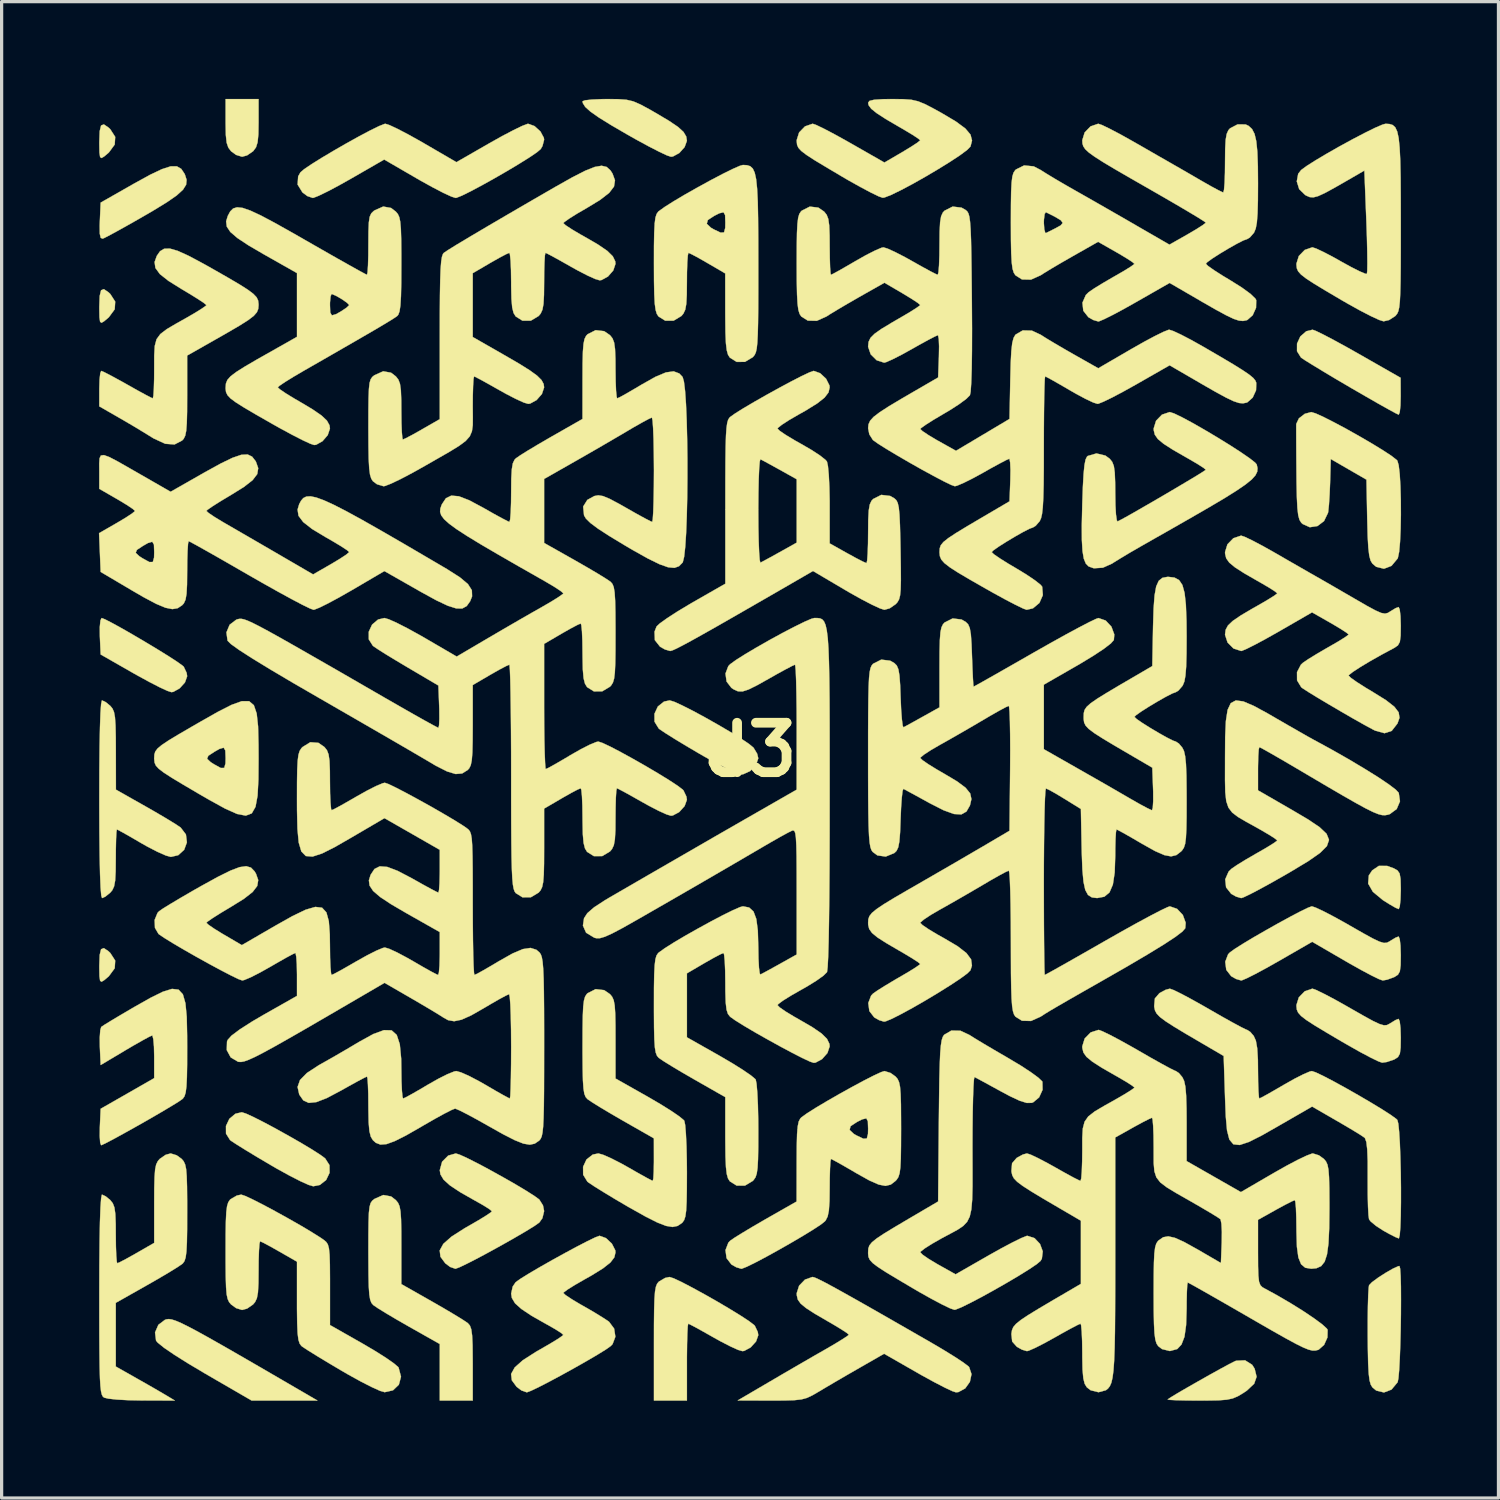
<source format=kicad_pcb>
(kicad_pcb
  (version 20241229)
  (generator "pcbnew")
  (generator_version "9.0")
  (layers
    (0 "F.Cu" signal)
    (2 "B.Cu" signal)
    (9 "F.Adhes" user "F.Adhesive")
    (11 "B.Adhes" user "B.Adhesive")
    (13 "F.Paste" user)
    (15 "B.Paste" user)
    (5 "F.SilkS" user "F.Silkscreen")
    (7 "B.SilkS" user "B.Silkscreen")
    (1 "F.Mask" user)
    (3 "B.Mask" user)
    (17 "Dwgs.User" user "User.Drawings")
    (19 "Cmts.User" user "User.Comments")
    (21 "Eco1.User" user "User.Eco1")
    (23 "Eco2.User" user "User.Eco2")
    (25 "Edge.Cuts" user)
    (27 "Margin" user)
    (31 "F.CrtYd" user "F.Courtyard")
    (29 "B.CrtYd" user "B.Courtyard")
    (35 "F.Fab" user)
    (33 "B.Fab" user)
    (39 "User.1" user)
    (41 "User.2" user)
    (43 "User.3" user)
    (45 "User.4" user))
  (footprint "d3"
    (layer "F.Cu")
    (at 20.078 20.071)
    (property "Reference" "d3" (at 0 0 0) (layer "F.SilkS") (effects (font (size 1.524 1.524) (thickness 0.3))))
    (attr through_hole)
    (fp_poly (pts (xy -19.785 -19.19) (xy -19.727 -19.135) (xy -19.576 -18.901) (xy -19.591 -18.664) (xy -19.772 -18.418) (xy -19.918 -18.295) (xy -19.997 -18.248) (xy -20.041 -18.278) (xy -20.061 -18.415) (xy -20.066 -18.686) (xy -20.066 -18.743) (xy -20.054 -19.075) (xy -20.011 -19.251) (xy -19.925 -19.285) (xy -19.785 -19.19)) (stroke (width 0.01) (type solid)) (fill yes) (layer "F.SilkS"))
    (fp_poly (pts (xy -19.785 -14.11) (xy -19.727 -14.055) (xy -19.576 -13.821) (xy -19.591 -13.584) (xy -19.772 -13.338) (xy -19.918 -13.215) (xy -19.997 -13.168) (xy -20.041 -13.198) (xy -20.061 -13.335) (xy -20.066 -13.606) (xy -20.066 -13.663) (xy -20.054 -13.995) (xy -20.011 -14.171) (xy -19.925 -14.205) (xy -19.785 -14.11)) (stroke (width 0.01) (type solid)) (fill yes) (layer "F.SilkS"))
    (fp_poly (pts (xy -19.785 6.21) (xy -19.727 6.265) (xy -19.576 6.499) (xy -19.591 6.736) (xy -19.772 6.982) (xy -19.918 7.105) (xy -19.997 7.152) (xy -20.041 7.122) (xy -20.061 6.985) (xy -20.066 6.714) (xy -20.066 6.657) (xy -20.054 6.325) (xy -20.011 6.149) (xy -19.925 6.115) (xy -19.785 6.21)) (stroke (width 0.01) (type solid)) (fill yes) (layer "F.SilkS"))
    (fp_poly (pts (xy -15.155 -19.346) (xy -15.161 -18.977) (xy -15.185 -18.735) (xy -15.234 -18.578) (xy -15.317 -18.465) (xy -15.325 -18.457) (xy -15.509 -18.33) (xy -15.663 -18.288) (xy -15.848 -18.345) (xy -16.002 -18.457) (xy -16.087 -18.569) (xy -16.139 -18.721) (xy -16.164 -18.956) (xy -16.171 -19.314) (xy -16.171 -19.346) (xy -16.171 -20.066) (xy -15.155 -20.066) (xy -15.155 -19.346)) (stroke (width 0.01) (type solid)) (fill yes) (layer "F.SilkS"))
    (fp_poly (pts (xy 19.646 3.58) (xy 19.85 3.654) (xy 19.965 3.72) (xy 20.03 3.814) (xy 20.059 3.982) (xy 20.066 4.268) (xy 20.066 4.332) (xy 20.057 4.62) (xy 20.035 4.827) (xy 20.003 4.911) (xy 20.002 4.911) (xy 19.901 4.868) (xy 19.707 4.756) (xy 19.515 4.635) (xy 19.206 4.379) (xy 19.06 4.124) (xy 19.08 3.875) (xy 19.184 3.718) (xy 19.39 3.579) (xy 19.646 3.58)) (stroke (width 0.01) (type solid)) (fill yes) (layer "F.SilkS"))
    (fp_poly (pts (xy -17.832 17.566) (xy -17.707 17.606) (xy -17.534 17.68) (xy -17.3 17.797) (xy -16.992 17.961) (xy -16.597 18.181) (xy -16.101 18.463) (xy -15.492 18.814) (xy -14.756 19.241) (xy -14.395 19.451) (xy -13.339 20.066) (xy -15.368 20.066) (xy -16.801 19.235) (xy -17.32 18.926) (xy -17.747 18.658) (xy -18.067 18.44) (xy -18.262 18.283) (xy -18.316 18.218) (xy -18.347 17.966) (xy -18.245 17.731) (xy -18.042 17.577) (xy -17.993 17.561) (xy -17.923 17.553) (xy -17.832 17.566)) (stroke (width 0.01) (type solid)) (fill yes) (layer "F.SilkS"))
    (fp_poly (pts (xy -17.539 -17.914) (xy -17.435 -17.758) (xy -17.425 -17.735) (xy -17.374 -17.575) (xy -17.389 -17.426) (xy -17.485 -17.272) (xy -17.678 -17.096) (xy -17.982 -16.885) (xy -18.415 -16.62) (xy -18.677 -16.468) (xy -19.083 -16.235) (xy -19.443 -16.034) (xy -19.728 -15.878) (xy -19.912 -15.783) (xy -19.962 -15.762) (xy -20.022 -15.786) (xy -20.051 -15.913) (xy -20.054 -16.172) (xy -20.049 -16.304) (xy -20.024 -16.873) (xy -18.988 -17.463) (xy -18.503 -17.73) (xy -18.137 -17.904) (xy -17.868 -17.991) (xy -17.676 -17.993) (xy -17.539 -17.914)) (stroke (width 0.01) (type solid)) (fill yes) (layer "F.SilkS"))
    (fp_poly (pts (xy -19.886 -4.022) (xy -19.664 -3.907) (xy -19.359 -3.739) (xy -19.002 -3.534) (xy -18.623 -3.31) (xy -18.253 -3.087) (xy -17.921 -2.881) (xy -17.659 -2.711) (xy -17.497 -2.594) (xy -17.462 -2.562) (xy -17.373 -2.372) (xy -17.357 -2.27) (xy -17.425 -2.077) (xy -17.589 -1.895) (xy -17.783 -1.787) (xy -17.843 -1.778) (xy -17.968 -1.819) (xy -18.208 -1.93) (xy -18.53 -2.096) (xy -18.903 -2.3) (xy -19.008 -2.359) (xy -20.024 -2.94) (xy -20.049 -3.502) (xy -20.051 -3.785) (xy -20.031 -3.987) (xy -19.995 -4.064) (xy -19.886 -4.022)) (stroke (width 0.01) (type solid)) (fill yes) (layer "F.SilkS"))
    (fp_poly (pts (xy 15.483 18.963) (xy 15.56 19.085) (xy 15.62 19.332) (xy 15.545 19.547) (xy 15.321 19.758) (xy 15.205 19.836) (xy 15.038 19.935) (xy 14.883 20) (xy 14.701 20.039) (xy 14.449 20.059) (xy 14.09 20.065) (xy 13.841 20.066) (xy 13.456 20.063) (xy 13.146 20.056) (xy 12.943 20.045) (xy 12.876 20.032) (xy 12.876 20.032) (xy 12.978 19.964) (xy 13.193 19.833) (xy 13.489 19.661) (xy 13.829 19.467) (xy 14.179 19.269) (xy 14.506 19.088) (xy 14.774 18.943) (xy 14.948 18.855) (xy 14.989 18.838) (xy 15.265 18.825) (xy 15.483 18.963)) (stroke (width 0.01) (type solid)) (fill yes) (layer "F.SilkS"))
    (fp_poly (pts (xy 17.454 -12.914) (xy 17.684 -12.802) (xy 18.007 -12.632) (xy 18.399 -12.418) (xy 18.762 -12.213) (xy 20.06 -11.472) (xy 20.063 -10.901) (xy 20.056 -10.615) (xy 20.034 -10.412) (xy 20.003 -10.334) (xy 20.003 -10.334) (xy 19.913 -10.376) (xy 19.701 -10.491) (xy 19.39 -10.665) (xy 19.005 -10.886) (xy 18.567 -11.139) (xy 18.533 -11.159) (xy 18.085 -11.422) (xy 17.682 -11.663) (xy 17.348 -11.866) (xy 17.108 -12.015) (xy 16.989 -12.095) (xy 16.988 -12.097) (xy 16.866 -12.292) (xy 16.867 -12.526) (xy 16.969 -12.747) (xy 17.151 -12.906) (xy 17.345 -12.954) (xy 17.454 -12.914)) (stroke (width 0.01) (type solid)) (fill yes) (layer "F.SilkS"))
    (fp_poly (pts (xy -15.544 11.217) (xy -15.302 11.328) (xy -14.979 11.492) (xy -14.606 11.692) (xy -14.214 11.91) (xy -13.834 12.128) (xy -13.499 12.329) (xy -13.24 12.496) (xy -13.102 12.598) (xy -12.969 12.806) (xy -12.966 13.044) (xy -13.071 13.264) (xy -13.264 13.417) (xy -13.469 13.458) (xy -13.611 13.416) (xy -13.868 13.3) (xy -14.206 13.127) (xy -14.596 12.912) (xy -14.785 12.802) (xy -15.184 12.566) (xy -15.538 12.352) (xy -15.818 12.178) (xy -15.995 12.062) (xy -16.034 12.033) (xy -16.159 11.834) (xy -16.16 11.599) (xy -16.056 11.379) (xy -15.869 11.222) (xy -15.672 11.176) (xy -15.544 11.217)) (stroke (width 0.01) (type solid)) (fill yes) (layer "F.SilkS"))
    (fp_poly (pts (xy -4.064 -20.063) (xy -3.813 -20.045) (xy -3.603 -19.996) (xy -3.381 -19.9) (xy -3.092 -19.744) (xy -2.907 -19.637) (xy -2.499 -19.395) (xy -2.221 -19.207) (xy -2.051 -19.052) (xy -1.968 -18.912) (xy -1.947 -18.78) (xy -2.017 -18.586) (xy -2.181 -18.403) (xy -2.377 -18.296) (xy -2.437 -18.288) (xy -2.559 -18.328) (xy -2.798 -18.44) (xy -3.127 -18.609) (xy -3.515 -18.82) (xy -3.77 -18.964) (xy -4.284 -19.263) (xy -4.663 -19.498) (xy -4.923 -19.681) (xy -5.082 -19.824) (xy -5.155 -19.94) (xy -5.165 -19.998) (xy -5.086 -20.028) (xy -4.877 -20.051) (xy -4.574 -20.064) (xy -4.409 -20.066) (xy -4.064 -20.063)) (stroke (width 0.01) (type solid)) (fill yes) (layer "F.SilkS"))
    (fp_poly (pts (xy -2.339 -1.482) (xy -2.09 -1.368) (xy -1.76 -1.201) (xy -1.383 -0.997) (xy -0.99 -0.775) (xy -0.613 -0.554) (xy -0.283 -0.35) (xy -0.034 -0.183) (xy 0.104 -0.069) (xy 0.106 -0.068) (xy 0.22 0.121) (xy 0.254 0.263) (xy 0.181 0.471) (xy 0.005 0.654) (xy -0.214 0.754) (xy -0.275 0.76) (xy -0.413 0.718) (xy -0.665 0.603) (xy -1 0.432) (xy -1.387 0.22) (xy -1.566 0.117) (xy -1.965 -0.118) (xy -2.32 -0.333) (xy -2.601 -0.509) (xy -2.778 -0.628) (xy -2.815 -0.656) (xy -2.945 -0.867) (xy -2.947 -1.111) (xy -2.843 -1.335) (xy -2.653 -1.487) (xy -2.478 -1.524) (xy -2.339 -1.482)) (stroke (width 0.01) (type solid)) (fill yes) (layer "F.SilkS"))
    (fp_poly (pts (xy 20.046 15.997) (xy 20.061 16.216) (xy 20.07 16.544) (xy 20.072 16.951) (xy 20.07 17.407) (xy 20.063 17.883) (xy 20.051 18.348) (xy 20.035 18.772) (xy 20.016 19.126) (xy 19.993 19.379) (xy 19.969 19.5) (xy 19.779 19.728) (xy 19.547 19.816) (xy 19.31 19.758) (xy 19.193 19.661) (xy 19.141 19.578) (xy 19.103 19.444) (xy 19.077 19.236) (xy 19.06 18.926) (xy 19.051 18.491) (xy 19.047 18.073) (xy 19.047 17.59) (xy 19.052 17.16) (xy 19.062 16.816) (xy 19.076 16.587) (xy 19.088 16.51) (xy 19.178 16.416) (xy 19.366 16.277) (xy 19.599 16.127) (xy 19.824 15.998) (xy 19.988 15.924) (xy 20.024 15.917) (xy 20.046 15.997)) (stroke (width 0.01) (type solid)) (fill yes) (layer "F.SilkS"))
    (fp_poly (pts (xy -2.352 16.298) (xy -2.109 16.412) (xy -1.786 16.581) (xy -1.411 16.786) (xy -1.018 17.009) (xy -0.637 17.234) (xy -0.298 17.442) (xy -0.034 17.615) (xy 0.125 17.736) (xy 0.148 17.761) (xy 0.238 17.95) (xy 0.254 18.05) (xy 0.185 18.244) (xy 0.019 18.427) (xy -0.178 18.534) (xy -0.236 18.542) (xy -0.372 18.502) (xy -0.612 18.393) (xy -0.92 18.234) (xy -1.126 18.119) (xy -1.441 17.941) (xy -1.697 17.799) (xy -1.863 17.713) (xy -1.906 17.695) (xy -1.921 17.775) (xy -1.933 17.994) (xy -1.942 18.321) (xy -1.947 18.727) (xy -1.947 18.881) (xy -1.947 20.066) (xy -2.963 20.066) (xy -2.963 18.301) (xy -2.962 17.706) (xy -2.957 17.257) (xy -2.947 16.931) (xy -2.93 16.706) (xy -2.903 16.558) (xy -2.866 16.464) (xy -2.815 16.402) (xy -2.808 16.396) (xy -2.618 16.285) (xy -2.482 16.256) (xy -2.352 16.298)) (stroke (width 0.01) (type solid)) (fill yes) (layer "F.SilkS"))
    (fp_poly (pts (xy 17.459 7.407) (xy 17.688 7.518) (xy 18.004 7.684) (xy 18.375 7.891) (xy 18.507 7.967) (xy 18.919 8.202) (xy 19.211 8.362) (xy 19.411 8.456) (xy 19.545 8.495) (xy 19.639 8.488) (xy 19.721 8.446) (xy 19.742 8.432) (xy 19.905 8.333) (xy 20 8.297) (xy 20.033 8.375) (xy 20.057 8.578) (xy 20.066 8.864) (xy 20.066 8.876) (xy 20.061 9.186) (xy 20.037 9.371) (xy 19.979 9.475) (xy 19.874 9.543) (xy 19.85 9.554) (xy 19.637 9.626) (xy 19.491 9.647) (xy 19.37 9.604) (xy 19.133 9.489) (xy 18.81 9.317) (xy 18.431 9.103) (xy 18.237 8.991) (xy 17.754 8.706) (xy 17.399 8.491) (xy 17.151 8.33) (xy 16.992 8.207) (xy 16.901 8.105) (xy 16.86 8.011) (xy 16.849 7.907) (xy 16.849 7.868) (xy 16.922 7.633) (xy 17.105 7.446) (xy 17.337 7.366) (xy 17.345 7.366) (xy 17.459 7.407)) (stroke (width 0.01) (type solid)) (fill yes) (layer "F.SilkS"))
    (fp_poly (pts (xy -11.069 13.772) (xy -10.922 13.885) (xy -10.855 13.967) (xy -10.808 14.073) (xy -10.778 14.235) (xy -10.761 14.481) (xy -10.754 14.842) (xy -10.753 15.265) (xy -10.753 16.475) (xy -9.8 17.016) (xy -9.427 17.231) (xy -9.098 17.426) (xy -8.847 17.581) (xy -8.706 17.676) (xy -8.7 17.681) (xy -8.638 17.754) (xy -8.596 17.87) (xy -8.57 18.059) (xy -8.556 18.35) (xy -8.552 18.772) (xy -8.551 18.936) (xy -8.551 20.066) (xy -9.567 20.066) (xy -9.567 18.323) (xy -10.52 17.784) (xy -10.893 17.57) (xy -11.222 17.375) (xy -11.474 17.22) (xy -11.614 17.124) (xy -11.62 17.119) (xy -11.674 17.056) (xy -11.713 16.956) (xy -11.74 16.795) (xy -11.757 16.548) (xy -11.765 16.19) (xy -11.768 15.695) (xy -11.769 15.486) (xy -11.768 14.946) (xy -11.763 14.551) (xy -11.753 14.275) (xy -11.732 14.092) (xy -11.7 13.977) (xy -11.652 13.906) (xy -11.586 13.852) (xy -11.58 13.848) (xy -11.311 13.728) (xy -11.069 13.772)) (stroke (width 0.01) (type solid)) (fill yes) (layer "F.SilkS"))
    (fp_poly (pts (xy -8.946 12.487) (xy -8.705 12.598) (xy -8.383 12.761) (xy -8.01 12.961) (xy -7.618 13.178) (xy -7.238 13.395) (xy -6.902 13.596) (xy -6.641 13.763) (xy -6.498 13.868) (xy -6.385 14.048) (xy -6.35 14.224) (xy -6.403 14.443) (xy -6.498 14.576) (xy -6.651 14.684) (xy -6.91 14.844) (xy -7.244 15.039) (xy -7.621 15.253) (xy -8.01 15.468) (xy -8.382 15.668) (xy -8.705 15.834) (xy -8.947 15.951) (xy -9.079 16.001) (xy -9.086 16.002) (xy -9.249 15.945) (xy -9.398 15.833) (xy -9.546 15.632) (xy -9.569 15.437) (xy -9.458 15.234) (xy -9.204 15.01) (xy -8.799 14.751) (xy -8.68 14.683) (xy -8.373 14.506) (xy -8.132 14.358) (xy -7.987 14.259) (xy -7.96 14.23) (xy -8.029 14.169) (xy -8.21 14.054) (xy -8.466 13.908) (xy -8.489 13.896) (xy -8.939 13.64) (xy -9.253 13.432) (xy -9.449 13.255) (xy -9.547 13.091) (xy -9.567 12.963) (xy -9.495 12.701) (xy -9.308 12.513) (xy -9.072 12.446) (xy -8.946 12.487)) (stroke (width 0.01) (type solid)) (fill yes) (layer "F.SilkS"))
    (fp_poly (pts (xy -15.447 -1.5) (xy -15.3 -1.376) (xy -15.213 -1.119) (xy -15.17 -0.72) (xy -15.157 -0.167) (xy -15.155 0.269) (xy -15.16 0.921) (xy -15.186 1.414) (xy -15.249 1.757) (xy -15.364 1.959) (xy -15.548 2.029) (xy -15.816 1.978) (xy -16.184 1.814) (xy -16.669 1.547) (xy -16.991 1.361) (xy -17.472 1.078) (xy -17.826 0.865) (xy -18.073 0.706) (xy -18.231 0.585) (xy -18.321 0.487) (xy -18.361 0.396) (xy -18.372 0.296) (xy -18.372 0.275) (xy -16.743 0.275) (xy -16.633 0.379) (xy -16.531 0.444) (xy -16.321 0.56) (xy -16.214 0.558) (xy -16.175 0.42) (xy -16.171 0.254) (xy -16.18 0.021) (xy -16.231 -0.066) (xy -16.362 -0.028) (xy -16.518 0.061) (xy -16.705 0.184) (xy -16.743 0.275) (xy -18.372 0.275) (xy -18.373 0.254) (xy -18.368 0.148) (xy -18.341 0.056) (xy -18.273 -0.037) (xy -18.143 -0.146) (xy -17.933 -0.287) (xy -17.624 -0.474) (xy -17.196 -0.723) (xy -16.957 -0.861) (xy -16.41 -1.171) (xy -15.986 -1.387) (xy -15.671 -1.5) (xy -15.447 -1.5)) (stroke (width 0.01) (type solid)) (fill yes) (layer "F.SilkS"))
    (fp_poly (pts (xy -17.622 7.395) (xy -17.489 7.539) (xy -17.41 7.816) (xy -17.37 8.234) (xy -17.358 8.806) (xy -17.357 9.159) (xy -17.358 9.702) (xy -17.365 10.1) (xy -17.379 10.38) (xy -17.403 10.565) (xy -17.438 10.681) (xy -17.487 10.753) (xy -17.505 10.769) (xy -17.626 10.853) (xy -17.857 10.995) (xy -18.167 11.179) (xy -18.525 11.387) (xy -18.903 11.602) (xy -19.268 11.806) (xy -19.59 11.983) (xy -19.84 12.115) (xy -19.987 12.185) (xy -20.01 12.192) (xy -20.039 12.115) (xy -20.053 11.913) (xy -20.049 11.631) (xy -20.024 11.069) (xy -19.198 10.597) (xy -18.373 10.124) (xy -18.373 9.465) (xy -18.38 9.155) (xy -18.4 8.924) (xy -18.428 8.813) (xy -18.436 8.808) (xy -18.531 8.85) (xy -18.737 8.962) (xy -19.022 9.124) (xy -19.262 9.265) (xy -20.024 9.72) (xy -20.049 9.165) (xy -20.052 8.871) (xy -20.036 8.647) (xy -20.007 8.546) (xy -19.911 8.481) (xy -19.699 8.351) (xy -19.399 8.172) (xy -19.042 7.962) (xy -18.976 7.924) (xy -18.486 7.647) (xy -18.107 7.46) (xy -17.823 7.372) (xy -17.622 7.395)) (stroke (width 0.01) (type solid)) (fill yes) (layer "F.SilkS"))
    (fp_poly (pts (xy -19.865 -1.469) (xy -19.727 -1.355) (xy -19.66 -1.273) (xy -19.613 -1.165) (xy -19.583 -1.003) (xy -19.566 -0.755) (xy -19.558 -0.392) (xy -19.556 0.021) (xy -19.554 1.228) (xy -18.655 1.736) (xy -18.285 1.948) (xy -17.953 2.145) (xy -17.696 2.303) (xy -17.556 2.398) (xy -17.395 2.61) (xy -17.365 2.854) (xy -17.45 3.084) (xy -17.632 3.249) (xy -17.859 3.302) (xy -18.012 3.26) (xy -18.267 3.148) (xy -18.581 2.986) (xy -18.77 2.879) (xy -19.078 2.699) (xy -19.328 2.557) (xy -19.486 2.472) (xy -19.524 2.455) (xy -19.538 2.534) (xy -19.549 2.747) (xy -19.556 3.06) (xy -19.558 3.344) (xy -19.562 3.754) (xy -19.577 4.03) (xy -19.61 4.21) (xy -19.665 4.329) (xy -19.727 4.403) (xy -19.879 4.527) (xy -19.981 4.572) (xy -20.006 4.488) (xy -20.027 4.239) (xy -20.043 3.83) (xy -20.055 3.264) (xy -20.063 2.546) (xy -20.066 1.681) (xy -20.066 1.524) (xy -20.064 0.635) (xy -20.057 -0.108) (xy -20.045 -0.699) (xy -20.03 -1.134) (xy -20.01 -1.41) (xy -19.986 -1.522) (xy -19.981 -1.524) (xy -19.865 -1.469)) (stroke (width 0.01) (type solid)) (fill yes) (layer "F.SilkS"))
    (fp_poly (pts (xy 17.446 4.867) (xy 17.683 4.978) (xy 18.003 5.145) (xy 18.378 5.352) (xy 18.507 5.427) (xy 18.919 5.662) (xy 19.211 5.822) (xy 19.411 5.916) (xy 19.545 5.955) (xy 19.639 5.948) (xy 19.721 5.906) (xy 19.742 5.892) (xy 19.905 5.793) (xy 20 5.757) (xy 20.033 5.835) (xy 20.057 6.038) (xy 20.066 6.324) (xy 20.066 6.336) (xy 20.061 6.646) (xy 20.037 6.831) (xy 19.979 6.935) (xy 19.874 7.003) (xy 19.85 7.014) (xy 19.645 7.088) (xy 19.51 7.112) (xy 19.394 7.071) (xy 19.164 6.959) (xy 18.849 6.791) (xy 18.479 6.584) (xy 18.36 6.515) (xy 17.335 5.919) (xy 16.3 6.515) (xy 15.917 6.731) (xy 15.581 6.912) (xy 15.321 7.043) (xy 15.166 7.108) (xy 15.144 7.112) (xy 14.987 7.066) (xy 14.836 6.98) (xy 14.685 6.785) (xy 14.653 6.536) (xy 14.741 6.306) (xy 14.796 6.248) (xy 14.947 6.139) (xy 15.203 5.977) (xy 15.533 5.779) (xy 15.906 5.564) (xy 16.291 5.347) (xy 16.656 5.148) (xy 16.97 4.983) (xy 17.203 4.87) (xy 17.323 4.826) (xy 17.325 4.826) (xy 17.446 4.867)) (stroke (width 0.01) (type solid)) (fill yes) (layer "F.SilkS"))
    (fp_poly (pts (xy -6.647 -19.234) (xy -6.464 -19.068) (xy -6.358 -18.871) (xy -6.35 -18.812) (xy -6.401 -18.617) (xy -6.456 -18.523) (xy -6.573 -18.424) (xy -6.806 -18.266) (xy -7.123 -18.068) (xy -7.492 -17.847) (xy -7.884 -17.621) (xy -8.266 -17.408) (xy -8.609 -17.225) (xy -8.88 -17.091) (xy -9.05 -17.023) (xy -9.078 -17.018) (xy -9.208 -17.059) (xy -9.452 -17.171) (xy -9.777 -17.34) (xy -10.152 -17.547) (xy -10.261 -17.61) (xy -11.281 -18.202) (xy -12.309 -17.61) (xy -12.692 -17.395) (xy -13.033 -17.215) (xy -13.3 -17.085) (xy -13.461 -17.022) (xy -13.484 -17.018) (xy -13.651 -17.075) (xy -13.801 -17.187) (xy -13.951 -17.43) (xy -13.934 -17.682) (xy -13.864 -17.806) (xy -13.75 -17.904) (xy -13.519 -18.06) (xy -13.204 -18.257) (xy -12.834 -18.477) (xy -12.443 -18.702) (xy -12.06 -18.915) (xy -11.716 -19.097) (xy -11.443 -19.231) (xy -11.273 -19.299) (xy -11.244 -19.304) (xy -11.117 -19.263) (xy -10.875 -19.15) (xy -10.552 -18.982) (xy -10.179 -18.774) (xy -10.071 -18.712) (xy -9.054 -18.12) (xy -8.024 -18.712) (xy -7.64 -18.927) (xy -7.297 -19.107) (xy -7.029 -19.237) (xy -6.865 -19.3) (xy -6.842 -19.304) (xy -6.647 -19.234)) (stroke (width 0.01) (type solid)) (fill yes) (layer "F.SilkS"))
    (fp_poly (pts (xy 17.444 -10.372) (xy 17.694 -10.258) (xy 18.025 -10.09) (xy 18.405 -9.886) (xy 18.803 -9.662) (xy 19.187 -9.438) (xy 19.525 -9.231) (xy 19.787 -9.058) (xy 19.941 -8.937) (xy 19.96 -8.916) (xy 20.001 -8.775) (xy 20.033 -8.502) (xy 20.055 -8.132) (xy 20.067 -7.701) (xy 20.069 -7.247) (xy 20.061 -6.805) (xy 20.043 -6.412) (xy 20.015 -6.104) (xy 19.976 -5.917) (xy 19.969 -5.9) (xy 19.779 -5.672) (xy 19.547 -5.584) (xy 19.31 -5.642) (xy 19.193 -5.74) (xy 19.135 -5.834) (xy 19.094 -5.989) (xy 19.065 -6.231) (xy 19.045 -6.587) (xy 19.032 -7.085) (xy 19.031 -7.112) (xy 19.008 -8.331) (xy 18.457 -8.649) (xy 17.907 -8.967) (xy 17.886 -8.23) (xy 17.871 -7.871) (xy 17.851 -7.56) (xy 17.829 -7.348) (xy 17.822 -7.308) (xy 17.699 -7.053) (xy 17.497 -6.9) (xy 17.261 -6.864) (xy 17.038 -6.964) (xy 16.994 -7.007) (xy 16.942 -7.092) (xy 16.904 -7.232) (xy 16.878 -7.452) (xy 16.862 -7.777) (xy 16.852 -8.232) (xy 16.849 -8.552) (xy 16.845 -9.026) (xy 16.843 -9.444) (xy 16.842 -9.774) (xy 16.842 -9.987) (xy 16.843 -10.048) (xy 16.925 -10.221) (xy 17.106 -10.361) (xy 17.306 -10.414) (xy 17.444 -10.372)) (stroke (width 0.01) (type solid)) (fill yes) (layer "F.SilkS"))
    (fp_poly (pts (xy 1.993 16.272) (xy 2.11 16.324) (xy 2.295 16.417) (xy 2.559 16.559) (xy 2.913 16.755) (xy 3.367 17.01) (xy 3.934 17.332) (xy 4.623 17.727) (xy 5.445 18.199) (xy 5.588 18.281) (xy 5.976 18.51) (xy 6.316 18.72) (xy 6.578 18.893) (xy 6.733 19.01) (xy 6.756 19.034) (xy 6.829 19.25) (xy 6.779 19.488) (xy 6.635 19.691) (xy 6.426 19.804) (xy 6.349 19.812) (xy 6.229 19.772) (xy 5.993 19.66) (xy 5.673 19.494) (xy 5.299 19.289) (xy 5.173 19.217) (xy 4.134 18.622) (xy 3.373 19.058) (xy 2.987 19.28) (xy 2.594 19.509) (xy 2.257 19.708) (xy 2.137 19.78) (xy 1.931 19.9) (xy 1.761 19.981) (xy 1.585 20.03) (xy 1.362 20.055) (xy 1.051 20.064) (xy 0.64 20.065) (xy -0.381 20.063) (xy 0.593 19.492) (xy 1.045 19.227) (xy 1.529 18.946) (xy 1.983 18.683) (xy 2.307 18.498) (xy 2.618 18.317) (xy 2.864 18.166) (xy 3.015 18.065) (xy 3.047 18.034) (xy 2.978 17.976) (xy 2.794 17.857) (xy 2.53 17.698) (xy 2.391 17.618) (xy 1.996 17.388) (xy 1.727 17.214) (xy 1.561 17.077) (xy 1.473 16.953) (xy 1.442 16.822) (xy 1.439 16.756) (xy 1.513 16.524) (xy 1.693 16.337) (xy 1.922 16.256) (xy 1.932 16.256) (xy 1.993 16.272)) (stroke (width 0.01) (type solid)) (fill yes) (layer "F.SilkS"))
    (fp_poly (pts (xy 4.724 -20.063) (xy 4.972 -20.045) (xy 5.182 -19.997) (xy 5.406 -19.905) (xy 5.696 -19.753) (xy 5.92 -19.628) (xy 6.351 -19.372) (xy 6.639 -19.159) (xy 6.798 -18.97) (xy 6.845 -18.788) (xy 6.797 -18.602) (xy 6.695 -18.498) (xy 6.474 -18.334) (xy 6.163 -18.129) (xy 5.794 -17.901) (xy 5.397 -17.666) (xy 5.003 -17.444) (xy 4.642 -17.253) (xy 4.346 -17.109) (xy 4.144 -17.031) (xy 4.091 -17.023) (xy 3.967 -17.066) (xy 3.728 -17.182) (xy 3.402 -17.355) (xy 3.02 -17.569) (xy 2.817 -17.688) (xy 2.338 -17.972) (xy 1.985 -18.185) (xy 1.739 -18.345) (xy 1.581 -18.465) (xy 1.491 -18.563) (xy 1.451 -18.653) (xy 1.44 -18.751) (xy 1.439 -18.802) (xy 1.513 -19.037) (xy 1.695 -19.224) (xy 1.926 -19.304) (xy 1.935 -19.304) (xy 2.048 -19.264) (xy 2.278 -19.153) (xy 2.594 -18.987) (xy 2.965 -18.782) (xy 3.099 -18.706) (xy 4.144 -18.109) (xy 4.695 -18.431) (xy 4.959 -18.591) (xy 5.154 -18.718) (xy 5.244 -18.791) (xy 5.247 -18.796) (xy 5.178 -18.854) (xy 4.996 -18.973) (xy 4.731 -19.132) (xy 4.592 -19.212) (xy 4.184 -19.451) (xy 3.906 -19.631) (xy 3.737 -19.767) (xy 3.656 -19.877) (xy 3.641 -19.952) (xy 3.683 -20.01) (xy 3.827 -20.045) (xy 4.097 -20.063) (xy 4.388 -20.066) (xy 4.724 -20.063)) (stroke (width 0.01) (type solid)) (fill yes) (layer "F.SilkS"))
    (fp_poly (pts (xy -4.442 15.057) (xy -4.261 15.227) (xy -4.156 15.432) (xy -4.149 15.494) (xy -4.184 15.649) (xy -4.305 15.808) (xy -4.531 15.987) (xy -4.883 16.206) (xy -5.109 16.333) (xy -5.399 16.5) (xy -5.622 16.639) (xy -5.744 16.73) (xy -5.757 16.749) (xy -5.688 16.814) (xy -5.505 16.936) (xy -5.243 17.093) (xy -5.151 17.145) (xy -4.838 17.325) (xy -4.56 17.495) (xy -4.369 17.621) (xy -4.347 17.638) (xy -4.191 17.847) (xy -4.153 18.098) (xy -4.239 18.326) (xy -4.297 18.386) (xy -4.45 18.494) (xy -4.709 18.654) (xy -5.042 18.849) (xy -5.419 19.063) (xy -5.809 19.278) (xy -6.181 19.478) (xy -6.503 19.644) (xy -6.746 19.761) (xy -6.877 19.811) (xy -6.885 19.812) (xy -7.047 19.755) (xy -7.197 19.643) (xy -7.345 19.442) (xy -7.368 19.247) (xy -7.256 19.044) (xy -7.003 18.82) (xy -6.598 18.561) (xy -6.479 18.493) (xy -6.172 18.316) (xy -5.93 18.168) (xy -5.785 18.069) (xy -5.758 18.04) (xy -5.828 17.979) (xy -6.009 17.864) (xy -6.265 17.718) (xy -6.288 17.706) (xy -6.737 17.451) (xy -7.05 17.243) (xy -7.246 17.067) (xy -7.344 16.903) (xy -7.366 16.77) (xy -7.319 16.552) (xy -7.226 16.415) (xy -7.069 16.304) (xy -6.807 16.142) (xy -6.472 15.945) (xy -6.093 15.73) (xy -5.703 15.515) (xy -5.333 15.316) (xy -5.012 15.15) (xy -4.772 15.034) (xy -4.643 14.986) (xy -4.638 14.986) (xy -4.442 15.057)) (stroke (width 0.01) (type solid)) (fill yes) (layer "F.SilkS"))
    (fp_poly (pts (xy 19.717 -19.297) (xy 19.817 -19.266) (xy 19.896 -19.194) (xy 19.956 -19.065) (xy 20 -18.864) (xy 20.03 -18.573) (xy 20.05 -18.177) (xy 20.061 -17.659) (xy 20.065 -17.003) (xy 20.066 -16.237) (xy 20.066 -15.49) (xy 20.064 -14.894) (xy 20.059 -14.43) (xy 20.05 -14.08) (xy 20.037 -13.826) (xy 20.018 -13.649) (xy 19.992 -13.53) (xy 19.957 -13.451) (xy 19.913 -13.395) (xy 19.897 -13.377) (xy 19.704 -13.252) (xy 19.537 -13.213) (xy 19.399 -13.256) (xy 19.148 -13.372) (xy 18.813 -13.545) (xy 18.426 -13.76) (xy 18.237 -13.869) (xy 17.754 -14.154) (xy 17.399 -14.369) (xy 17.151 -14.53) (xy 16.992 -14.653) (xy 16.901 -14.755) (xy 16.86 -14.849) (xy 16.849 -14.953) (xy 16.849 -14.992) (xy 16.922 -15.227) (xy 17.104 -15.414) (xy 17.335 -15.494) (xy 17.344 -15.494) (xy 17.464 -15.454) (xy 17.693 -15.346) (xy 17.994 -15.188) (xy 18.219 -15.061) (xy 18.537 -14.886) (xy 18.799 -14.754) (xy 18.971 -14.681) (xy 19.021 -14.674) (xy 19.032 -14.77) (xy 19.036 -15.006) (xy 19.032 -15.358) (xy 19.022 -15.797) (xy 19.005 -16.291) (xy 18.943 -17.862) (xy 18.425 -17.562) (xy 18.013 -17.326) (xy 17.718 -17.166) (xy 17.513 -17.072) (xy 17.369 -17.035) (xy 17.257 -17.044) (xy 17.15 -17.09) (xy 17.118 -17.108) (xy 16.933 -17.289) (xy 16.859 -17.528) (xy 16.903 -17.763) (xy 16.993 -17.878) (xy 17.169 -18.007) (xy 17.447 -18.183) (xy 17.796 -18.39) (xy 18.184 -18.611) (xy 18.58 -18.827) (xy 18.951 -19.021) (xy 19.267 -19.177) (xy 19.495 -19.276) (xy 19.594 -19.304) (xy 19.717 -19.297)) (stroke (width 0.01) (type solid)) (fill yes) (layer "F.SilkS"))
    (fp_poly (pts (xy -17.646 -15.385) (xy -17.312 -15.233) (xy -16.866 -14.995) (xy -16.614 -14.854) (xy -16.115 -14.569) (xy -15.745 -14.352) (xy -15.484 -14.186) (xy -15.314 -14.058) (xy -15.215 -13.953) (xy -15.169 -13.855) (xy -15.156 -13.749) (xy -15.155 -13.716) (xy -15.165 -13.597) (xy -15.207 -13.492) (xy -15.303 -13.382) (xy -15.472 -13.252) (xy -15.737 -13.084) (xy -16.117 -12.862) (xy -16.404 -12.698) (xy -17.357 -12.157) (xy -17.357 -10.917) (xy -17.359 -10.426) (xy -17.368 -10.076) (xy -17.386 -9.839) (xy -17.417 -9.686) (xy -17.464 -9.59) (xy -17.512 -9.538) (xy -17.746 -9.416) (xy -18.033 -9.437) (xy -18.389 -9.601) (xy -18.457 -9.643) (xy -18.722 -9.806) (xy -19.064 -10.012) (xy -19.415 -10.217) (xy -19.452 -10.238) (xy -20.066 -10.591) (xy -20.066 -11.137) (xy -20.058 -11.417) (xy -20.036 -11.614) (xy -20.007 -11.684) (xy -19.913 -11.645) (xy -19.706 -11.538) (xy -19.421 -11.383) (xy -19.203 -11.261) (xy -18.887 -11.083) (xy -18.628 -10.942) (xy -18.461 -10.856) (xy -18.416 -10.837) (xy -18.398 -10.916) (xy -18.384 -11.13) (xy -18.375 -11.444) (xy -18.373 -11.756) (xy -18.372 -12.164) (xy -18.356 -12.453) (xy -18.301 -12.66) (xy -18.183 -12.821) (xy -17.982 -12.974) (xy -17.672 -13.156) (xy -17.42 -13.297) (xy -17.129 -13.465) (xy -16.904 -13.605) (xy -16.779 -13.694) (xy -16.764 -13.713) (xy -16.832 -13.772) (xy -17.017 -13.896) (xy -17.288 -14.064) (xy -17.525 -14.205) (xy -17.932 -14.459) (xy -18.198 -14.67) (xy -18.336 -14.858) (xy -18.361 -15.041) (xy -18.293 -15.231) (xy -18.193 -15.374) (xy -18.065 -15.451) (xy -17.89 -15.456) (xy -17.646 -15.385)) (stroke (width 0.01) (type solid)) (fill yes) (layer "F.SilkS"))
    (fp_poly (pts (xy -17.68 12.503) (xy -17.526 12.615) (xy -17.464 12.689) (xy -17.42 12.784) (xy -17.389 12.928) (xy -17.371 13.146) (xy -17.361 13.466) (xy -17.357 13.912) (xy -17.357 14.253) (xy -17.358 14.793) (xy -17.365 15.189) (xy -17.379 15.466) (xy -17.403 15.649) (xy -17.439 15.764) (xy -17.489 15.835) (xy -17.505 15.849) (xy -17.633 15.938) (xy -17.876 16.089) (xy -18.199 16.281) (xy -18.569 16.494) (xy -18.605 16.514) (xy -19.558 17.053) (xy -19.558 18.034) (xy -19.558 19.016) (xy -18.902 19.388) (xy -18.57 19.576) (xy -18.265 19.752) (xy -18.038 19.885) (xy -17.992 19.912) (xy -17.738 20.065) (xy -18.754 20.063) (xy -19.164 20.055) (xy -19.521 20.036) (xy -19.786 20.007) (xy -19.918 19.975) (xy -19.957 19.942) (xy -19.988 19.882) (xy -20.013 19.778) (xy -20.032 19.614) (xy -20.046 19.374) (xy -20.055 19.04) (xy -20.061 18.597) (xy -20.065 18.027) (xy -20.066 17.315) (xy -20.066 16.802) (xy -20.064 15.906) (xy -20.057 15.158) (xy -20.046 14.56) (xy -20.03 14.119) (xy -20.01 13.837) (xy -19.987 13.719) (xy -19.981 13.716) (xy -19.865 13.771) (xy -19.727 13.885) (xy -19.65 13.983) (xy -19.6 14.113) (xy -19.572 14.311) (xy -19.56 14.615) (xy -19.558 14.944) (xy -19.554 15.309) (xy -19.543 15.601) (xy -19.527 15.786) (xy -19.512 15.833) (xy -19.421 15.793) (xy -19.225 15.69) (xy -18.962 15.543) (xy -18.919 15.518) (xy -18.373 15.204) (xy -18.373 13.994) (xy -18.371 13.512) (xy -18.362 13.17) (xy -18.344 12.938) (xy -18.312 12.786) (xy -18.262 12.684) (xy -18.203 12.615) (xy -18.019 12.488) (xy -17.865 12.446) (xy -17.68 12.503)) (stroke (width 0.01) (type solid)) (fill yes) (layer "F.SilkS"))
    (fp_poly (pts (xy -15.567 13.757) (xy -15.331 13.867) (xy -15.011 14.03) (xy -14.638 14.23) (xy -14.244 14.448) (xy -13.858 14.668) (xy -13.513 14.874) (xy -13.238 15.047) (xy -13.145 15.112) (xy -13.071 15.173) (xy -13.019 15.251) (xy -12.985 15.375) (xy -12.965 15.574) (xy -12.956 15.875) (xy -12.953 16.307) (xy -12.953 16.493) (xy -12.953 17.738) (xy -11.937 18.315) (xy -11.559 18.538) (xy -11.231 18.745) (xy -10.985 18.917) (xy -10.85 19.032) (xy -10.837 19.05) (xy -10.763 19.33) (xy -10.829 19.577) (xy -11.01 19.75) (xy -11.267 19.808) (xy -11.41 19.766) (xy -11.666 19.65) (xy -12.005 19.477) (xy -12.394 19.262) (xy -12.584 19.152) (xy -12.982 18.916) (xy -13.336 18.702) (xy -13.617 18.528) (xy -13.794 18.412) (xy -13.833 18.383) (xy -13.887 18.312) (xy -13.926 18.19) (xy -13.951 17.989) (xy -13.964 17.682) (xy -13.97 17.244) (xy -13.97 17.026) (xy -13.97 15.784) (xy -14.517 15.47) (xy -14.786 15.318) (xy -14.995 15.206) (xy -15.104 15.156) (xy -15.109 15.155) (xy -15.128 15.234) (xy -15.143 15.447) (xy -15.153 15.76) (xy -15.155 16.044) (xy -15.159 16.454) (xy -15.174 16.73) (xy -15.207 16.91) (xy -15.263 17.029) (xy -15.325 17.103) (xy -15.509 17.23) (xy -15.663 17.272) (xy -15.848 17.215) (xy -16.002 17.103) (xy -16.064 17.029) (xy -16.108 16.934) (xy -16.139 16.79) (xy -16.157 16.572) (xy -16.167 16.252) (xy -16.171 15.806) (xy -16.171 15.465) (xy -16.17 14.926) (xy -16.163 14.532) (xy -16.15 14.255) (xy -16.126 14.071) (xy -16.09 13.954) (xy -16.04 13.879) (xy -16.017 13.856) (xy -15.825 13.745) (xy -15.689 13.716) (xy -15.567 13.757)) (stroke (width 0.01) (type solid)) (fill yes) (layer "F.SilkS"))
    (fp_poly (pts (xy -4.498 7.411) (xy -4.318 7.535) (xy -4.251 7.617) (xy -4.204 7.723) (xy -4.174 7.884) (xy -4.157 8.13) (xy -4.15 8.489) (xy -4.149 8.92) (xy -4.149 10.135) (xy -3.127 10.713) (xy -2.748 10.935) (xy -2.421 11.14) (xy -2.175 11.309) (xy -2.04 11.422) (xy -2.027 11.44) (xy -2 11.571) (xy -1.978 11.84) (xy -1.96 12.216) (xy -1.95 12.666) (xy -1.947 13.02) (xy -1.949 13.551) (xy -1.956 13.939) (xy -1.97 14.209) (xy -1.995 14.388) (xy -2.032 14.501) (xy -2.084 14.575) (xy -2.102 14.592) (xy -2.234 14.681) (xy -2.389 14.713) (xy -2.59 14.68) (xy -2.86 14.575) (xy -3.223 14.392) (xy -3.701 14.124) (xy -3.768 14.086) (xy -4.166 13.852) (xy -4.521 13.637) (xy -4.803 13.462) (xy -4.98 13.343) (xy -5.016 13.315) (xy -5.146 13.102) (xy -5.148 12.858) (xy -5.044 12.634) (xy -4.852 12.482) (xy -4.678 12.446) (xy -4.531 12.487) (xy -4.281 12.597) (xy -3.968 12.757) (xy -3.768 12.869) (xy -3.455 13.048) (xy -3.202 13.189) (xy -3.04 13.275) (xy -2.999 13.293) (xy -2.982 13.215) (xy -2.97 13.008) (xy -2.964 12.714) (xy -2.964 12.636) (xy -2.965 11.98) (xy -3.917 11.437) (xy -4.289 11.221) (xy -4.618 11.025) (xy -4.869 10.869) (xy -5.01 10.773) (xy -5.016 10.768) (xy -5.07 10.705) (xy -5.11 10.605) (xy -5.136 10.444) (xy -5.153 10.197) (xy -5.161 9.838) (xy -5.165 9.343) (xy -5.165 9.144) (xy -5.163 8.6) (xy -5.157 8.2) (xy -5.144 7.918) (xy -5.121 7.73) (xy -5.086 7.61) (xy -5.037 7.534) (xy -5.01 7.506) (xy -4.761 7.38) (xy -4.498 7.411)) (stroke (width 0.01) (type solid)) (fill yes) (layer "F.SilkS"))
    (fp_poly (pts (xy 13.078 -10.371) (xy 13.32 -10.254) (xy 13.641 -10.081) (xy 14.011 -9.87) (xy 14.402 -9.638) (xy 14.783 -9.403) (xy 15.124 -9.183) (xy 15.398 -8.995) (xy 15.573 -8.858) (xy 15.623 -8.8) (xy 15.648 -8.686) (xy 15.64 -8.578) (xy 15.584 -8.464) (xy 15.468 -8.335) (xy 15.279 -8.182) (xy 15.003 -7.993) (xy 14.628 -7.758) (xy 14.139 -7.469) (xy 13.524 -7.114) (xy 13.039 -6.837) (xy 12.828 -6.717) (xy 12.525 -6.545) (xy 12.183 -6.35) (xy 12.065 -6.283) (xy 11.734 -6.092) (xy 11.435 -5.913) (xy 11.216 -5.778) (xy 11.163 -5.743) (xy 10.881 -5.616) (xy 10.6 -5.598) (xy 10.44 -5.655) (xy 10.354 -5.742) (xy 10.292 -5.893) (xy 10.252 -6.128) (xy 10.232 -6.468) (xy 10.23 -6.935) (xy 10.244 -7.549) (xy 10.244 -7.56) (xy 10.263 -8.105) (xy 10.285 -8.503) (xy 10.312 -8.777) (xy 10.346 -8.949) (xy 10.39 -9.04) (xy 10.414 -9.061) (xy 10.682 -9.139) (xy 10.957 -9.073) (xy 11.091 -8.975) (xy 11.168 -8.878) (xy 11.218 -8.749) (xy 11.246 -8.551) (xy 11.258 -8.249) (xy 11.261 -7.909) (xy 11.267 -7.546) (xy 11.283 -7.26) (xy 11.308 -7.082) (xy 11.331 -7.041) (xy 11.452 -7.103) (xy 11.681 -7.229) (xy 11.989 -7.405) (xy 12.35 -7.613) (xy 12.735 -7.837) (xy 13.117 -8.062) (xy 13.467 -8.27) (xy 13.759 -8.445) (xy 13.963 -8.572) (xy 14.052 -8.633) (xy 14.053 -8.636) (xy 13.985 -8.694) (xy 13.803 -8.811) (xy 13.542 -8.964) (xy 13.449 -9.017) (xy 13.036 -9.254) (xy 12.753 -9.436) (xy 12.576 -9.583) (xy 12.482 -9.716) (xy 12.448 -9.856) (xy 12.446 -9.907) (xy 12.52 -10.147) (xy 12.702 -10.335) (xy 12.937 -10.414) (xy 12.944 -10.414) (xy 13.078 -10.371)) (stroke (width 0.01) (type solid)) (fill yes) (layer "F.SilkS"))
    (fp_poly (pts (xy -0.095 -18.027) (xy 0.005 -17.996) (xy 0.084 -17.924) (xy 0.144 -17.796) (xy 0.188 -17.594) (xy 0.218 -17.304) (xy 0.238 -16.908) (xy 0.248 -16.391) (xy 0.253 -15.736) (xy 0.254 -14.967) (xy 0.254 -14.22) (xy 0.252 -13.624) (xy 0.247 -13.16) (xy 0.238 -12.81) (xy 0.225 -12.556) (xy 0.206 -12.379) (xy 0.18 -12.26) (xy 0.145 -12.181) (xy 0.101 -12.125) (xy 0.085 -12.107) (xy -0.156 -11.963) (xy -0.412 -11.962) (xy -0.622 -12.093) (xy -0.679 -12.182) (xy -0.718 -12.321) (xy -0.744 -12.538) (xy -0.758 -12.86) (xy -0.763 -13.317) (xy -0.764 -13.469) (xy -0.765 -14.69) (xy -1.308 -15.007) (xy -1.577 -15.161) (xy -1.785 -15.273) (xy -1.894 -15.324) (xy -1.899 -15.325) (xy -1.919 -15.246) (xy -1.935 -15.033) (xy -1.945 -14.72) (xy -1.947 -14.436) (xy -1.951 -14.026) (xy -1.966 -13.75) (xy -1.999 -13.57) (xy -2.055 -13.451) (xy -2.117 -13.377) (xy -2.357 -13.233) (xy -2.614 -13.232) (xy -2.823 -13.363) (xy -2.875 -13.442) (xy -2.912 -13.566) (xy -2.938 -13.758) (xy -2.953 -14.045) (xy -2.961 -14.45) (xy -2.963 -15) (xy -2.963 -15.001) (xy -2.962 -15.543) (xy -2.955 -15.942) (xy -2.941 -16.22) (xy -1.334 -16.22) (xy -1.203 -16.097) (xy -1.122 -16.05) (xy -0.908 -15.948) (xy -0.802 -15.955) (xy -0.765 -16.095) (xy -0.762 -16.256) (xy -0.769 -16.488) (xy -0.818 -16.576) (xy -0.949 -16.544) (xy -1.105 -16.465) (xy -1.302 -16.336) (xy -1.334 -16.22) (xy -2.941 -16.22) (xy -2.941 -16.221) (xy -2.918 -16.406) (xy -2.882 -16.521) (xy -2.833 -16.592) (xy -2.815 -16.608) (xy -2.632 -16.74) (xy -2.349 -16.919) (xy -1.996 -17.128) (xy -1.607 -17.348) (xy -1.213 -17.564) (xy -0.844 -17.758) (xy -0.532 -17.912) (xy -0.31 -18.009) (xy -0.219 -18.034) (xy -0.095 -18.027)) (stroke (width 0.01) (type solid)) (fill yes) (layer "F.SilkS"))
    (fp_poly (pts (xy 15.211 -1.492) (xy 15.528 -1.357) (xy 15.947 -1.13) (xy 16.207 -0.979) (xy 16.583 -0.762) (xy 16.923 -0.567) (xy 17.191 -0.414) (xy 17.352 -0.325) (xy 17.357 -0.322) (xy 17.914 -0.019) (xy 18.447 0.284) (xy 18.934 0.574) (xy 19.355 0.836) (xy 19.688 1.059) (xy 19.912 1.229) (xy 20.003 1.327) (xy 20.041 1.588) (xy 19.94 1.826) (xy 19.726 1.983) (xy 19.669 2.001) (xy 19.584 2.016) (xy 19.49 2.013) (xy 19.369 1.982) (xy 19.207 1.916) (xy 18.985 1.806) (xy 18.687 1.643) (xy 18.296 1.42) (xy 17.795 1.128) (xy 17.168 0.758) (xy 17.079 0.705) (xy 16.653 0.454) (xy 16.279 0.236) (xy 15.98 0.065) (xy 15.78 -0.047) (xy 15.704 -0.085) (xy 15.685 -0.007) (xy 15.671 0.2) (xy 15.664 0.496) (xy 15.663 0.582) (xy 15.663 1.249) (xy 16.717 1.857) (xy 17.208 2.147) (xy 17.562 2.385) (xy 17.778 2.59) (xy 17.853 2.778) (xy 17.787 2.969) (xy 17.577 3.179) (xy 17.222 3.427) (xy 16.719 3.731) (xy 16.52 3.847) (xy 16.1 4.086) (xy 15.725 4.292) (xy 15.422 4.451) (xy 15.218 4.548) (xy 15.145 4.572) (xy 14.988 4.526) (xy 14.836 4.44) (xy 14.679 4.241) (xy 14.653 3.993) (xy 14.757 3.756) (xy 14.846 3.668) (xy 15.014 3.553) (xy 15.279 3.39) (xy 15.59 3.209) (xy 15.65 3.175) (xy 15.929 3.014) (xy 16.14 2.883) (xy 16.248 2.805) (xy 16.256 2.794) (xy 16.187 2.736) (xy 16.005 2.619) (xy 15.743 2.466) (xy 15.65 2.413) (xy 15.304 2.222) (xy 15.048 2.072) (xy 14.868 1.935) (xy 14.751 1.781) (xy 14.684 1.582) (xy 14.654 1.308) (xy 14.646 0.931) (xy 14.647 0.422) (xy 14.647 0.254) (xy 14.651 -0.396) (xy 14.673 -0.888) (xy 14.726 -1.232) (xy 14.824 -1.44) (xy 14.981 -1.523) (xy 15.211 -1.492)) (stroke (width 0.01) (type solid)) (fill yes) (layer "F.SilkS"))
    (fp_poly (pts (xy 4.332 9.964) (xy 4.487 10.075) (xy 4.55 10.149) (xy 4.594 10.246) (xy 4.625 10.391) (xy 4.643 10.613) (xy 4.653 10.936) (xy 4.656 11.388) (xy 4.657 11.684) (xy 4.655 12.214) (xy 4.649 12.601) (xy 4.636 12.872) (xy 4.612 13.054) (xy 4.575 13.173) (xy 4.522 13.255) (xy 4.487 13.293) (xy 4.34 13.406) (xy 4.177 13.446) (xy 3.968 13.406) (xy 3.683 13.281) (xy 3.293 13.063) (xy 3.252 13.039) (xy 2.943 12.859) (xy 2.693 12.717) (xy 2.534 12.632) (xy 2.495 12.615) (xy 2.479 12.694) (xy 2.466 12.907) (xy 2.457 13.219) (xy 2.455 13.495) (xy 2.45 13.915) (xy 2.431 14.201) (xy 2.394 14.387) (xy 2.333 14.509) (xy 2.307 14.54) (xy 2.184 14.638) (xy 1.947 14.794) (xy 1.629 14.989) (xy 1.261 15.205) (xy 0.873 15.426) (xy 0.497 15.634) (xy 0.164 15.81) (xy -0.096 15.938) (xy -0.25 15.999) (xy -0.269 16.002) (xy -0.423 15.956) (xy -0.574 15.87) (xy -0.724 15.675) (xy -0.757 15.427) (xy -0.669 15.198) (xy -0.614 15.139) (xy -0.486 15.05) (xy -0.244 14.899) (xy 0.079 14.706) (xy 0.449 14.491) (xy 0.485 14.47) (xy 1.436 13.928) (xy 1.438 12.692) (xy 1.441 12.2) (xy 1.45 11.849) (xy 1.461 11.72) (xy 3.069 11.72) (xy 3.2 11.843) (xy 3.281 11.89) (xy 3.494 11.992) (xy 3.601 11.985) (xy 3.637 11.845) (xy 3.641 11.684) (xy 3.633 11.452) (xy 3.585 11.364) (xy 3.454 11.396) (xy 3.298 11.475) (xy 3.101 11.604) (xy 3.069 11.72) (xy 1.461 11.72) (xy 1.47 11.613) (xy 1.501 11.462) (xy 1.549 11.37) (xy 1.587 11.331) (xy 1.755 11.21) (xy 2.025 11.039) (xy 2.366 10.836) (xy 2.747 10.617) (xy 3.136 10.401) (xy 3.502 10.204) (xy 3.813 10.045) (xy 4.04 9.94) (xy 4.145 9.906) (xy 4.332 9.964)) (stroke (width 0.01) (type solid)) (fill yes) (layer "F.SilkS"))
    (fp_poly (pts (xy 13.059 7.407) (xy 13.289 7.519) (xy 13.606 7.688) (xy 13.982 7.898) (xy 14.161 8.001) (xy 14.549 8.224) (xy 14.886 8.412) (xy 15.146 8.552) (xy 15.299 8.627) (xy 15.327 8.636) (xy 15.424 8.698) (xy 15.532 8.824) (xy 15.598 8.971) (xy 15.639 9.205) (xy 15.66 9.555) (xy 15.663 9.883) (xy 15.667 10.243) (xy 15.677 10.531) (xy 15.691 10.71) (xy 15.703 10.753) (xy 15.788 10.712) (xy 15.985 10.604) (xy 16.261 10.445) (xy 16.46 10.329) (xy 16.782 10.147) (xy 17.062 10.005) (xy 17.261 9.92) (xy 17.324 9.906) (xy 17.448 9.948) (xy 17.685 10.061) (xy 18.004 10.228) (xy 18.375 10.432) (xy 18.767 10.655) (xy 19.149 10.879) (xy 19.49 11.086) (xy 19.76 11.26) (xy 19.928 11.382) (xy 19.96 11.414) (xy 19.99 11.529) (xy 20.015 11.777) (xy 20.037 12.127) (xy 20.053 12.55) (xy 20.065 13.016) (xy 20.071 13.496) (xy 20.071 13.96) (xy 20.065 14.378) (xy 20.053 14.721) (xy 20.034 14.959) (xy 20.008 15.063) (xy 20.003 15.066) (xy 19.899 15.024) (xy 19.7 14.922) (xy 19.539 14.833) (xy 19.305 14.682) (xy 19.137 14.543) (xy 19.088 14.478) (xy 19.07 14.35) (xy 19.056 14.088) (xy 19.047 13.727) (xy 19.046 13.303) (xy 19.046 13.2) (xy 19.046 12.688) (xy 19.032 12.326) (xy 19.005 12.095) (xy 18.962 11.975) (xy 18.947 11.959) (xy 18.831 11.88) (xy 18.604 11.74) (xy 18.304 11.562) (xy 18.085 11.435) (xy 17.332 11) (xy 16.298 11.596) (xy 15.778 11.892) (xy 15.384 12.091) (xy 15.099 12.185) (xy 14.904 12.164) (xy 14.78 12.017) (xy 14.708 11.736) (xy 14.67 11.31) (xy 14.647 10.735) (xy 14.605 9.44) (xy 13.928 9.044) (xy 13.435 8.755) (xy 13.069 8.534) (xy 12.811 8.368) (xy 12.641 8.24) (xy 12.54 8.136) (xy 12.488 8.04) (xy 12.466 7.938) (xy 12.462 7.903) (xy 12.483 7.668) (xy 12.622 7.506) (xy 12.629 7.501) (xy 12.816 7.4) (xy 12.945 7.366) (xy 13.059 7.407)) (stroke (width 0.01) (type solid)) (fill yes) (layer "F.SilkS"))
    (fp_poly (pts (xy 6.489 8.663) (xy 6.76 8.79) (xy 6.917 8.889) (xy 7.186 9.052) (xy 7.53 9.255) (xy 7.915 9.479) (xy 7.975 9.514) (xy 8.345 9.735) (xy 8.659 9.941) (xy 8.89 10.11) (xy 9.007 10.222) (xy 9.015 10.238) (xy 9.02 10.484) (xy 8.913 10.718) (xy 8.73 10.87) (xy 8.684 10.886) (xy 8.532 10.888) (xy 8.315 10.821) (xy 8.006 10.676) (xy 7.729 10.528) (xy 7.408 10.352) (xy 7.144 10.208) (xy 6.97 10.114) (xy 6.921 10.089) (xy 6.904 10.163) (xy 6.889 10.383) (xy 6.876 10.729) (xy 6.866 11.179) (xy 6.86 11.711) (xy 6.858 12.256) (xy 6.86 12.934) (xy 6.86 13.464) (xy 6.85 13.869) (xy 6.824 14.172) (xy 6.774 14.394) (xy 6.692 14.557) (xy 6.57 14.684) (xy 6.402 14.797) (xy 6.179 14.918) (xy 5.905 15.064) (xy 5.613 15.231) (xy 5.387 15.374) (xy 5.263 15.471) (xy 5.249 15.493) (xy 5.318 15.566) (xy 5.499 15.692) (xy 5.756 15.847) (xy 5.794 15.869) (xy 6.339 16.174) (xy 7.376 15.58) (xy 7.76 15.365) (xy 8.101 15.185) (xy 8.366 15.055) (xy 8.527 14.99) (xy 8.55 14.986) (xy 8.773 15.058) (xy 8.941 15.236) (xy 9.026 15.466) (xy 8.998 15.693) (xy 8.957 15.761) (xy 8.838 15.862) (xy 8.604 16.019) (xy 8.286 16.217) (xy 7.914 16.437) (xy 7.52 16.662) (xy 7.134 16.875) (xy 6.787 17.057) (xy 6.511 17.192) (xy 6.336 17.262) (xy 6.302 17.267) (xy 6.174 17.224) (xy 5.932 17.108) (xy 5.604 16.935) (xy 5.221 16.72) (xy 5.019 16.602) (xy 4.539 16.318) (xy 4.186 16.105) (xy 3.94 15.945) (xy 3.782 15.825) (xy 3.693 15.727) (xy 3.652 15.637) (xy 3.641 15.538) (xy 3.641 15.488) (xy 3.647 15.379) (xy 3.68 15.283) (xy 3.76 15.184) (xy 3.908 15.065) (xy 4.142 14.91) (xy 4.485 14.702) (xy 4.911 14.45) (xy 5.8 13.928) (xy 5.822 11.435) (xy 5.83 10.708) (xy 5.838 10.131) (xy 5.85 9.687) (xy 5.864 9.355) (xy 5.884 9.119) (xy 5.909 8.959) (xy 5.941 8.856) (xy 5.981 8.792) (xy 5.983 8.789) (xy 6.208 8.657) (xy 6.489 8.663)) (stroke (width 0.01) (type solid)) (fill yes) (layer "F.SilkS"))
    (fp_poly (pts (xy 15.263 -6.563) (xy 15.493 -6.453) (xy 15.805 -6.288) (xy 16.165 -6.086) (xy 16.207 -6.062) (xy 16.594 -5.838) (xy 16.955 -5.631) (xy 17.251 -5.461) (xy 17.44 -5.353) (xy 17.441 -5.353) (xy 17.632 -5.244) (xy 17.927 -5.074) (xy 18.286 -4.866) (xy 18.643 -4.659) (xy 19.022 -4.44) (xy 19.285 -4.298) (xy 19.461 -4.221) (xy 19.579 -4.199) (xy 19.669 -4.222) (xy 19.741 -4.267) (xy 19.905 -4.367) (xy 20 -4.403) (xy 20.033 -4.325) (xy 20.057 -4.122) (xy 20.066 -3.836) (xy 20.066 -3.824) (xy 20.061 -3.515) (xy 20.037 -3.329) (xy 19.977 -3.22) (xy 19.868 -3.144) (xy 19.833 -3.126) (xy 19.471 -2.932) (xy 19.123 -2.735) (xy 18.819 -2.553) (xy 18.591 -2.404) (xy 18.469 -2.308) (xy 18.457 -2.288) (xy 18.526 -2.22) (xy 18.711 -2.089) (xy 18.982 -1.916) (xy 19.212 -1.778) (xy 19.609 -1.531) (xy 19.866 -1.33) (xy 20 -1.156) (xy 20.026 -0.988) (xy 19.964 -0.812) (xy 19.786 -0.584) (xy 19.564 -0.512) (xy 19.276 -0.592) (xy 19.219 -0.62) (xy 18.946 -0.768) (xy 18.605 -0.96) (xy 18.23 -1.177) (xy 17.853 -1.398) (xy 17.507 -1.604) (xy 17.226 -1.776) (xy 17.042 -1.895) (xy 16.997 -1.929) (xy 16.868 -2.141) (xy 16.866 -2.394) (xy 16.986 -2.625) (xy 17.047 -2.682) (xy 17.215 -2.797) (xy 17.481 -2.96) (xy 17.791 -3.141) (xy 17.851 -3.175) (xy 18.13 -3.336) (xy 18.341 -3.467) (xy 18.449 -3.545) (xy 18.456 -3.556) (xy 18.388 -3.615) (xy 18.207 -3.732) (xy 17.951 -3.885) (xy 17.893 -3.918) (xy 17.33 -4.239) (xy 16.297 -3.643) (xy 15.915 -3.428) (xy 15.579 -3.247) (xy 15.32 -3.117) (xy 15.166 -3.052) (xy 15.144 -3.048) (xy 14.91 -3.123) (xy 14.725 -3.308) (xy 14.647 -3.546) (xy 14.647 -3.555) (xy 14.666 -3.701) (xy 14.737 -3.834) (xy 14.884 -3.974) (xy 15.13 -4.142) (xy 15.496 -4.358) (xy 15.65 -4.445) (xy 15.929 -4.606) (xy 16.14 -4.737) (xy 16.248 -4.815) (xy 16.256 -4.826) (xy 16.187 -4.884) (xy 16.005 -5.001) (xy 15.743 -5.154) (xy 15.65 -5.207) (xy 15.238 -5.444) (xy 14.954 -5.626) (xy 14.777 -5.773) (xy 14.683 -5.906) (xy 14.649 -6.046) (xy 14.647 -6.097) (xy 14.721 -6.337) (xy 14.904 -6.525) (xy 15.14 -6.604) (xy 15.146 -6.604) (xy 15.263 -6.563)) (stroke (width 0.01) (type solid)) (fill yes) (layer "F.SilkS"))
    (fp_poly (pts (xy -11.069 -16.708) (xy -10.922 -16.595) (xy -10.86 -16.521) (xy -10.816 -16.426) (xy -10.786 -16.282) (xy -10.767 -16.064) (xy -10.757 -15.745) (xy -10.753 -15.299) (xy -10.753 -14.954) (xy -10.755 -14.399) (xy -10.764 -13.99) (xy -10.781 -13.705) (xy -10.808 -13.521) (xy -10.847 -13.416) (xy -10.877 -13.38) (xy -10.949 -13.328) (xy -11.086 -13.241) (xy -11.298 -13.113) (xy -11.599 -12.935) (xy -12.002 -12.701) (xy -12.517 -12.404) (xy -13.158 -12.035) (xy -13.737 -11.703) (xy -14.067 -11.51) (xy -14.334 -11.345) (xy -14.508 -11.227) (xy -14.563 -11.176) (xy -14.494 -11.113) (xy -14.311 -10.989) (xy -14.046 -10.827) (xy -13.907 -10.747) (xy -13.495 -10.502) (xy -13.216 -10.31) (xy -13.047 -10.151) (xy -12.968 -10.007) (xy -12.954 -9.906) (xy -13.022 -9.704) (xy -13.184 -9.516) (xy -13.379 -9.407) (xy -13.441 -9.399) (xy -13.563 -9.44) (xy -13.802 -9.551) (xy -14.129 -9.719) (xy -14.515 -9.928) (xy -14.74 -10.055) (xy -15.233 -10.337) (xy -15.597 -10.551) (xy -15.853 -10.712) (xy -16.019 -10.835) (xy -16.114 -10.937) (xy -16.158 -11.03) (xy -16.171 -11.132) (xy -16.171 -11.173) (xy -16.161 -11.296) (xy -16.117 -11.405) (xy -16.018 -11.517) (xy -15.844 -11.65) (xy -15.573 -11.821) (xy -15.186 -12.047) (xy -14.922 -12.196) (xy -13.97 -12.735) (xy -13.97 -13.716) (xy -12.954 -13.716) (xy -12.945 -13.483) (xy -12.894 -13.396) (xy -12.763 -13.434) (xy -12.607 -13.523) (xy -12.441 -13.634) (xy -12.362 -13.711) (xy -12.361 -13.716) (xy -12.426 -13.784) (xy -12.577 -13.89) (xy -12.751 -13.992) (xy -12.883 -14.051) (xy -12.904 -14.055) (xy -12.935 -13.979) (xy -12.953 -13.792) (xy -12.954 -13.716) (xy -13.97 -13.716) (xy -13.97 -14.7) (xy -14.994 -15.28) (xy -15.47 -15.558) (xy -15.808 -15.782) (xy -16.025 -15.968) (xy -16.135 -16.134) (xy -16.155 -16.295) (xy -16.103 -16.465) (xy -16.029 -16.602) (xy -15.939 -16.692) (xy -15.817 -16.729) (xy -15.645 -16.71) (xy -15.407 -16.627) (xy -15.085 -16.477) (xy -14.663 -16.253) (xy -14.123 -15.95) (xy -13.714 -15.716) (xy -13.206 -15.425) (xy -12.748 -15.164) (xy -12.359 -14.945) (xy -12.06 -14.778) (xy -11.871 -14.676) (xy -11.812 -14.647) (xy -11.794 -14.726) (xy -11.78 -14.94) (xy -11.771 -15.255) (xy -11.769 -15.574) (xy -11.766 -15.984) (xy -11.755 -16.259) (xy -11.729 -16.433) (xy -11.681 -16.54) (xy -11.607 -16.613) (xy -11.58 -16.632) (xy -11.311 -16.752) (xy -11.069 -16.708)) (stroke (width 0.01) (type solid)) (fill yes) (layer "F.SilkS"))
    (fp_poly (pts (xy 2.161 -11.613) (xy 2.344 -11.443) (xy 2.448 -11.236) (xy 2.455 -11.176) (xy 2.42 -11.021) (xy 2.299 -10.862) (xy 2.073 -10.683) (xy 1.721 -10.464) (xy 1.495 -10.337) (xy 1.204 -10.168) (xy 0.981 -10.024) (xy 0.859 -9.926) (xy 0.847 -9.905) (xy 0.916 -9.835) (xy 1.104 -9.708) (xy 1.376 -9.544) (xy 1.567 -9.437) (xy 1.888 -9.251) (xy 2.155 -9.077) (xy 2.329 -8.939) (xy 2.372 -8.888) (xy 2.402 -8.749) (xy 2.428 -8.477) (xy 2.446 -8.107) (xy 2.455 -7.675) (xy 2.455 -7.548) (xy 2.455 -6.365) (xy 2.998 -6.061) (xy 3.268 -5.913) (xy 3.478 -5.805) (xy 3.587 -5.758) (xy 3.591 -5.757) (xy 3.611 -5.836) (xy 3.627 -6.05) (xy 3.638 -6.364) (xy 3.641 -6.676) (xy 3.645 -7.095) (xy 3.66 -7.379) (xy 3.691 -7.561) (xy 3.743 -7.676) (xy 3.796 -7.734) (xy 4.047 -7.861) (xy 4.321 -7.828) (xy 4.45 -7.754) (xy 4.51 -7.698) (xy 4.554 -7.612) (xy 4.586 -7.471) (xy 4.608 -7.25) (xy 4.623 -6.925) (xy 4.635 -6.469) (xy 4.641 -6.151) (xy 4.649 -5.614) (xy 4.651 -5.221) (xy 4.644 -4.944) (xy 4.626 -4.758) (xy 4.594 -4.636) (xy 4.546 -4.552) (xy 4.493 -4.493) (xy 4.306 -4.363) (xy 4.143 -4.318) (xy 4.009 -4.36) (xy 3.762 -4.474) (xy 3.435 -4.644) (xy 3.06 -4.854) (xy 2.955 -4.916) (xy 1.941 -5.514) (xy 1.034 -4.989) (xy 0.217 -4.518) (xy -0.465 -4.126) (xy -1.024 -3.806) (xy -1.472 -3.553) (xy -1.821 -3.359) (xy -2.082 -3.218) (xy -2.267 -3.123) (xy -2.387 -3.069) (xy -2.455 -3.049) (xy -2.464 -3.048) (xy -2.623 -3.094) (xy -2.775 -3.18) (xy -2.935 -3.382) (xy -2.945 -3.642) (xy -2.883 -3.802) (xy -2.782 -3.898) (xy -2.563 -4.055) (xy -2.255 -4.255) (xy -1.888 -4.476) (xy -1.782 -4.538) (xy -0.762 -5.122) (xy -0.762 -7.366) (xy 0.254 -7.366) (xy 0.257 -6.865) (xy 0.266 -6.43) (xy 0.28 -6.086) (xy 0.297 -5.858) (xy 0.317 -5.771) (xy 0.319 -5.771) (xy 0.421 -5.824) (xy 0.627 -5.936) (xy 0.894 -6.084) (xy 0.912 -6.094) (xy 1.439 -6.389) (xy 1.439 -8.343) (xy 0.912 -8.638) (xy 0.642 -8.787) (xy 0.431 -8.902) (xy 0.322 -8.959) (xy 0.319 -8.961) (xy 0.299 -8.889) (xy 0.281 -8.674) (xy 0.267 -8.34) (xy 0.258 -7.912) (xy 0.254 -7.417) (xy 0.254 -7.366) (xy -0.762 -7.366) (xy -0.762 -7.628) (xy -0.761 -8.35) (xy -0.758 -8.922) (xy -0.752 -9.362) (xy -0.742 -9.689) (xy -0.726 -9.921) (xy -0.704 -10.078) (xy -0.675 -10.178) (xy -0.637 -10.239) (xy -0.614 -10.262) (xy -0.46 -10.372) (xy -0.201 -10.534) (xy 0.133 -10.731) (xy 0.511 -10.946) (xy 0.9 -11.161) (xy 1.271 -11.36) (xy 1.592 -11.525) (xy 1.832 -11.638) (xy 1.959 -11.684) (xy 1.963 -11.684) (xy 2.161 -11.613)) (stroke (width 0.01) (type solid)) (fill yes) (layer "F.SilkS"))
    (fp_poly (pts (xy -15.354 -9.04) (xy -15.246 -8.901) (xy -15.235 -8.881) (xy -15.166 -8.684) (xy -15.196 -8.502) (xy -15.338 -8.316) (xy -15.608 -8.105) (xy -16.003 -7.86) (xy -16.317 -7.672) (xy -16.569 -7.513) (xy -16.726 -7.404) (xy -16.764 -7.366) (xy -16.696 -7.304) (xy -16.516 -7.182) (xy -16.259 -7.026) (xy -16.192 -6.987) (xy -15.902 -6.819) (xy -15.512 -6.593) (xy -15.07 -6.337) (xy -14.624 -6.078) (xy -14.547 -6.033) (xy -13.473 -5.408) (xy -12.917 -5.728) (xy -12.652 -5.887) (xy -12.455 -6.016) (xy -12.364 -6.093) (xy -12.361 -6.099) (xy -12.43 -6.159) (xy -12.616 -6.281) (xy -12.887 -6.443) (xy -13.088 -6.558) (xy -13.506 -6.81) (xy -13.779 -7.024) (xy -13.923 -7.216) (xy -13.952 -7.408) (xy -13.902 -7.575) (xy -13.844 -7.683) (xy -13.775 -7.763) (xy -13.681 -7.809) (xy -13.552 -7.817) (xy -13.376 -7.78) (xy -13.142 -7.695) (xy -12.837 -7.556) (xy -12.452 -7.359) (xy -11.973 -7.097) (xy -11.39 -6.766) (xy -10.691 -6.362) (xy -9.865 -5.878) (xy -9.344 -5.572) (xy -8.95 -5.321) (xy -8.699 -5.111) (xy -8.578 -4.921) (xy -8.571 -4.732) (xy -8.631 -4.581) (xy -8.736 -4.434) (xy -8.871 -4.359) (xy -9.057 -4.36) (xy -9.316 -4.441) (xy -9.67 -4.608) (xy -10.139 -4.865) (xy -10.211 -4.906) (xy -11.275 -5.512) (xy -12.293 -4.915) (xy -12.674 -4.698) (xy -13.012 -4.516) (xy -13.277 -4.385) (xy -13.437 -4.322) (xy -13.459 -4.318) (xy -13.571 -4.359) (xy -13.807 -4.474) (xy -14.146 -4.653) (xy -14.565 -4.882) (xy -15.044 -5.151) (xy -15.437 -5.376) (xy -15.94 -5.666) (xy -16.393 -5.926) (xy -16.778 -6.144) (xy -17.072 -6.309) (xy -17.257 -6.409) (xy -17.311 -6.435) (xy -17.33 -6.356) (xy -17.344 -6.142) (xy -17.354 -5.828) (xy -17.357 -5.516) (xy -17.361 -5.097) (xy -17.376 -4.813) (xy -17.407 -4.631) (xy -17.459 -4.516) (xy -17.512 -4.458) (xy -17.649 -4.367) (xy -17.812 -4.339) (xy -18.025 -4.381) (xy -18.31 -4.5) (xy -18.694 -4.704) (xy -19.05 -4.91) (xy -20.024 -5.486) (xy -20.048 -6.075) (xy -18.944 -6.075) (xy -18.834 -5.971) (xy -18.733 -5.906) (xy -18.523 -5.79) (xy -18.415 -5.792) (xy -18.377 -5.929) (xy -18.373 -6.096) (xy -18.381 -6.329) (xy -18.433 -6.416) (xy -18.564 -6.378) (xy -18.719 -6.289) (xy -18.906 -6.166) (xy -18.944 -6.075) (xy -20.048 -6.075) (xy -20.073 -6.68) (xy -19.519 -6.999) (xy -19.254 -7.157) (xy -19.058 -7.286) (xy -18.968 -7.36) (xy -18.965 -7.366) (xy -19.033 -7.428) (xy -19.213 -7.549) (xy -19.468 -7.703) (xy -19.516 -7.731) (xy -20.066 -8.048) (xy -20.066 -8.605) (xy -20.068 -8.831) (xy -20.058 -8.988) (xy -20.017 -9.075) (xy -19.923 -9.088) (xy -19.756 -9.027) (xy -19.495 -8.89) (xy -19.118 -8.675) (xy -18.818 -8.503) (xy -17.867 -7.957) (xy -16.809 -8.56) (xy -16.323 -8.828) (xy -15.957 -9.005) (xy -15.687 -9.097) (xy -15.493 -9.107) (xy -15.354 -9.04)) (stroke (width 0.01) (type solid)) (fill yes) (layer "F.SilkS"))
    (fp_poly (pts (xy -4.421 -17.973) (xy -4.304 -17.866) (xy -4.24 -17.767) (xy -4.165 -17.561) (xy -4.195 -17.369) (xy -4.344 -17.174) (xy -4.625 -16.956) (xy -5.031 -16.709) (xy -5.339 -16.53) (xy -5.582 -16.377) (xy -5.728 -16.273) (xy -5.757 -16.241) (xy -5.688 -16.177) (xy -5.504 -16.055) (xy -5.238 -15.897) (xy -5.109 -15.825) (xy -4.688 -15.581) (xy -4.402 -15.385) (xy -4.232 -15.218) (xy -4.157 -15.064) (xy -4.149 -14.986) (xy -4.217 -14.782) (xy -4.381 -14.594) (xy -4.58 -14.486) (xy -4.639 -14.478) (xy -4.774 -14.518) (xy -5.015 -14.627) (xy -5.322 -14.786) (xy -5.529 -14.901) (xy -5.843 -15.079) (xy -6.1 -15.221) (xy -6.265 -15.307) (xy -6.309 -15.325) (xy -6.326 -15.246) (xy -6.339 -15.033) (xy -6.348 -14.72) (xy -6.35 -14.436) (xy -6.354 -14.026) (xy -6.369 -13.75) (xy -6.402 -13.57) (xy -6.457 -13.451) (xy -6.519 -13.377) (xy -6.76 -13.233) (xy -7.016 -13.232) (xy -7.226 -13.363) (xy -7.292 -13.47) (xy -7.334 -13.64) (xy -7.357 -13.905) (xy -7.366 -14.299) (xy -7.366 -14.421) (xy -7.371 -14.789) (xy -7.384 -15.085) (xy -7.404 -15.274) (xy -7.422 -15.325) (xy -7.517 -15.285) (xy -7.717 -15.18) (xy -7.98 -15.031) (xy -8.015 -15.011) (xy -8.551 -14.697) (xy -8.551 -12.729) (xy -7.6 -12.185) (xy -7.131 -11.913) (xy -6.793 -11.702) (xy -6.566 -11.537) (xy -6.43 -11.402) (xy -6.365 -11.281) (xy -6.35 -11.176) (xy -6.418 -10.972) (xy -6.583 -10.784) (xy -6.781 -10.676) (xy -6.84 -10.668) (xy -6.976 -10.708) (xy -7.216 -10.817) (xy -7.524 -10.976) (xy -7.73 -11.091) (xy -8.045 -11.269) (xy -8.301 -11.411) (xy -8.467 -11.497) (xy -8.51 -11.515) (xy -8.527 -11.436) (xy -8.54 -11.222) (xy -8.549 -10.907) (xy -8.551 -10.587) (xy -8.548 -10.259) (xy -8.55 -10.011) (xy -8.576 -9.821) (xy -8.643 -9.666) (xy -8.769 -9.524) (xy -8.973 -9.372) (xy -9.271 -9.189) (xy -9.683 -8.953) (xy -10.023 -8.758) (xy -10.421 -8.535) (xy -10.781 -8.346) (xy -11.07 -8.208) (xy -11.259 -8.135) (xy -11.301 -8.128) (xy -11.504 -8.189) (xy -11.629 -8.283) (xy -11.68 -8.362) (xy -11.718 -8.485) (xy -11.743 -8.677) (xy -11.759 -8.962) (xy -11.766 -9.367) (xy -11.769 -9.915) (xy -11.769 -9.929) (xy -11.768 -10.465) (xy -11.763 -10.858) (xy -11.752 -11.132) (xy -11.732 -11.312) (xy -11.698 -11.425) (xy -11.65 -11.496) (xy -11.583 -11.551) (xy -11.58 -11.552) (xy -11.311 -11.672) (xy -11.069 -11.628) (xy -10.922 -11.515) (xy -10.845 -11.417) (xy -10.795 -11.287) (xy -10.767 -11.089) (xy -10.755 -10.785) (xy -10.753 -10.456) (xy -10.749 -10.091) (xy -10.738 -9.799) (xy -10.721 -9.614) (xy -10.707 -9.567) (xy -10.616 -9.607) (xy -10.419 -9.71) (xy -10.156 -9.857) (xy -10.114 -9.882) (xy -9.567 -10.196) (xy -9.567 -12.708) (xy -9.566 -13.445) (xy -9.562 -14.03) (xy -9.554 -14.481) (xy -9.542 -14.815) (xy -9.524 -15.049) (xy -9.5 -15.202) (xy -9.469 -15.29) (xy -9.444 -15.322) (xy -9.316 -15.409) (xy -9.047 -15.576) (xy -8.644 -15.817) (xy -8.115 -16.13) (xy -7.466 -16.51) (xy -6.703 -16.954) (xy -5.985 -17.369) (xy -5.473 -17.657) (xy -5.081 -17.857) (xy -4.79 -17.973) (xy -4.577 -18.01) (xy -4.421 -17.973)) (stroke (width 0.01) (type solid)) (fill yes) (layer "F.SilkS"))
    (fp_poly (pts (xy 10.857 -19.264) (xy 11.087 -19.153) (xy 11.399 -18.989) (xy 11.76 -18.788) (xy 11.806 -18.762) (xy 12.194 -18.54) (xy 12.555 -18.332) (xy 12.851 -18.163) (xy 13.04 -18.054) (xy 13.042 -18.053) (xy 13.259 -17.929) (xy 13.562 -17.754) (xy 13.89 -17.563) (xy 13.936 -17.537) (xy 14.22 -17.375) (xy 14.447 -17.253) (xy 14.577 -17.191) (xy 14.592 -17.187) (xy 14.615 -17.266) (xy 14.633 -17.48) (xy 14.644 -17.794) (xy 14.647 -18.106) (xy 14.651 -18.525) (xy 14.666 -18.809) (xy 14.698 -18.991) (xy 14.75 -19.106) (xy 14.802 -19.164) (xy 15.035 -19.286) (xy 15.282 -19.283) (xy 15.375 -19.239) (xy 15.48 -19.141) (xy 15.557 -18.992) (xy 15.61 -18.767) (xy 15.643 -18.442) (xy 15.659 -17.994) (xy 15.663 -17.466) (xy 15.66 -16.93) (xy 15.649 -16.537) (xy 15.628 -16.262) (xy 15.594 -16.077) (xy 15.546 -15.958) (xy 15.532 -15.936) (xy 15.41 -15.797) (xy 15.327 -15.748) (xy 15.214 -15.708) (xy 15.008 -15.603) (xy 14.753 -15.459) (xy 14.488 -15.3) (xy 14.256 -15.151) (xy 14.099 -15.037) (xy 14.055 -14.988) (xy 14.123 -14.92) (xy 14.308 -14.789) (xy 14.579 -14.616) (xy 14.809 -14.478) (xy 15.163 -14.256) (xy 15.43 -14.061) (xy 15.583 -13.913) (xy 15.608 -13.867) (xy 15.603 -13.631) (xy 15.5 -13.401) (xy 15.335 -13.255) (xy 15.312 -13.246) (xy 15.201 -13.224) (xy 15.076 -13.235) (xy 14.911 -13.29) (xy 14.68 -13.4) (xy 14.358 -13.575) (xy 13.918 -13.827) (xy 13.88 -13.85) (xy 12.938 -14.397) (xy 11.899 -13.803) (xy 11.516 -13.588) (xy 11.179 -13.408) (xy 10.918 -13.278) (xy 10.763 -13.213) (xy 10.74 -13.208) (xy 10.584 -13.254) (xy 10.433 -13.34) (xy 10.276 -13.539) (xy 10.25 -13.787) (xy 10.354 -14.024) (xy 10.443 -14.112) (xy 10.611 -14.227) (xy 10.877 -14.39) (xy 11.187 -14.571) (xy 11.247 -14.605) (xy 11.526 -14.766) (xy 11.737 -14.897) (xy 11.845 -14.975) (xy 11.852 -14.986) (xy 11.784 -15.045) (xy 11.603 -15.162) (xy 11.347 -15.315) (xy 11.292 -15.346) (xy 10.733 -15.665) (xy 9.959 -15.226) (xy 9.61 -15.026) (xy 9.294 -14.84) (xy 9.054 -14.693) (xy 8.962 -14.633) (xy 8.663 -14.499) (xy 8.385 -14.505) (xy 8.183 -14.633) (xy 8.132 -14.712) (xy 8.094 -14.836) (xy 8.069 -15.028) (xy 8.053 -15.315) (xy 8.045 -15.72) (xy 8.043 -16.256) (xy 9.059 -16.256) (xy 9.073 -16.047) (xy 9.106 -15.938) (xy 9.123 -15.934) (xy 9.238 -15.991) (xy 9.419 -16.082) (xy 9.581 -16.172) (xy 9.641 -16.247) (xy 9.584 -16.329) (xy 9.398 -16.44) (xy 9.123 -16.578) (xy 9.084 -16.523) (xy 9.062 -16.348) (xy 9.059 -16.256) (xy 8.043 -16.256) (xy 8.043 -16.27) (xy 8.043 -16.271) (xy 8.045 -16.812) (xy 8.051 -17.209) (xy 8.065 -17.488) (xy 8.088 -17.674) (xy 8.123 -17.793) (xy 8.173 -17.869) (xy 8.198 -17.894) (xy 8.452 -18.02) (xy 8.747 -17.991) (xy 8.962 -17.879) (xy 9.137 -17.768) (xy 9.411 -17.602) (xy 9.735 -17.413) (xy 9.864 -17.339) (xy 10.321 -17.079) (xy 10.676 -16.877) (xy 10.974 -16.706) (xy 11.26 -16.542) (xy 11.579 -16.359) (xy 11.976 -16.129) (xy 12.033 -16.096) (xy 12.933 -15.577) (xy 13.493 -15.895) (xy 13.76 -16.052) (xy 13.957 -16.178) (xy 14.05 -16.25) (xy 14.053 -16.256) (xy 13.982 -16.308) (xy 13.785 -16.432) (xy 13.481 -16.614) (xy 13.092 -16.843) (xy 12.637 -17.106) (xy 12.349 -17.272) (xy 11.738 -17.622) (xy 11.258 -17.9) (xy 10.894 -18.117) (xy 10.63 -18.286) (xy 10.449 -18.416) (xy 10.336 -18.521) (xy 10.275 -18.612) (xy 10.25 -18.699) (xy 10.245 -18.795) (xy 10.245 -18.797) (xy 10.318 -19.036) (xy 10.5 -19.224) (xy 10.733 -19.304) (xy 10.741 -19.304) (xy 10.857 -19.264)) (stroke (width 0.01) (type solid)) (fill yes) (layer "F.SilkS"))
    (fp_poly (pts (xy 2.075 -4.063) (xy 2.156 -4.054) (xy 2.225 -4.023) (xy 2.282 -3.958) (xy 2.329 -3.849) (xy 2.366 -3.682) (xy 2.396 -3.446) (xy 2.418 -3.128) (xy 2.433 -2.716) (xy 2.444 -2.199) (xy 2.451 -1.565) (xy 2.454 -0.801) (xy 2.455 0.105) (xy 2.455 1.165) (xy 2.455 1.506) (xy 2.454 2.642) (xy 2.45 3.658) (xy 2.443 4.547) (xy 2.434 5.302) (xy 2.423 5.916) (xy 2.409 6.383) (xy 2.393 6.695) (xy 2.375 6.846) (xy 2.372 6.856) (xy 2.264 6.963) (xy 2.043 7.121) (xy 1.747 7.304) (xy 1.567 7.405) (xy 1.259 7.581) (xy 1.017 7.732) (xy 0.873 7.839) (xy 0.847 7.873) (xy 0.916 7.944) (xy 1.101 8.072) (xy 1.367 8.233) (xy 1.495 8.305) (xy 1.916 8.549) (xy 2.202 8.745) (xy 2.372 8.912) (xy 2.447 9.066) (xy 2.455 9.144) (xy 2.387 9.349) (xy 2.221 9.537) (xy 2.021 9.645) (xy 1.963 9.652) (xy 1.844 9.612) (xy 1.61 9.502) (xy 1.294 9.34) (xy 0.925 9.143) (xy 0.536 8.928) (xy 0.156 8.713) (xy -0.181 8.514) (xy -0.447 8.349) (xy -0.608 8.235) (xy -0.614 8.23) (xy -0.681 8.146) (xy -0.725 8.011) (xy -0.75 7.793) (xy -0.761 7.458) (xy -0.762 7.184) (xy -0.767 6.812) (xy -0.78 6.513) (xy -0.799 6.32) (xy -0.818 6.265) (xy -0.913 6.305) (xy -1.113 6.41) (xy -1.376 6.559) (xy -1.411 6.579) (xy -1.947 6.893) (xy -1.947 8.865) (xy -0.926 9.443) (xy -0.547 9.665) (xy -0.22 9.87) (xy 0.026 10.039) (xy 0.161 10.152) (xy 0.175 10.17) (xy 0.201 10.302) (xy 0.224 10.571) (xy 0.242 10.945) (xy 0.252 11.394) (xy 0.254 11.721) (xy 0.253 12.243) (xy 0.246 12.623) (xy 0.232 12.888) (xy 0.207 13.065) (xy 0.169 13.181) (xy 0.113 13.262) (xy 0.085 13.293) (xy -0.156 13.437) (xy -0.412 13.438) (xy -0.622 13.307) (xy -0.679 13.218) (xy -0.718 13.08) (xy -0.743 12.864) (xy -0.757 12.542) (xy -0.762 12.087) (xy -0.763 11.931) (xy -0.763 10.71) (xy -1.715 10.167) (xy -2.088 9.951) (xy -2.416 9.755) (xy -2.668 9.599) (xy -2.809 9.503) (xy -2.815 9.498) (xy -2.869 9.435) (xy -2.908 9.335) (xy -2.935 9.174) (xy -2.951 8.927) (xy -2.96 8.568) (xy -2.963 8.073) (xy -2.963 7.874) (xy -2.962 7.328) (xy -2.955 6.927) (xy -2.941 6.646) (xy -2.918 6.459) (xy -2.884 6.342) (xy -2.835 6.27) (xy -2.815 6.252) (xy -2.632 6.12) (xy -2.349 5.941) (xy -1.996 5.732) (xy -1.607 5.512) (xy -1.213 5.296) (xy -0.844 5.102) (xy -0.532 4.948) (xy -0.31 4.851) (xy -0.219 4.826) (xy -0.028 4.863) (xy 0.107 4.986) (xy 0.193 5.216) (xy 0.24 5.573) (xy 0.254 6.077) (xy 0.254 6.08) (xy 0.26 6.438) (xy 0.275 6.72) (xy 0.298 6.892) (xy 0.319 6.929) (xy 0.421 6.876) (xy 0.627 6.764) (xy 0.894 6.616) (xy 0.912 6.606) (xy 1.439 6.311) (xy 1.439 4.374) (xy 1.438 3.752) (xy 1.435 3.281) (xy 1.427 2.939) (xy 1.414 2.708) (xy 1.394 2.568) (xy 1.365 2.5) (xy 1.326 2.485) (xy 1.296 2.492) (xy 1.166 2.556) (xy 0.928 2.686) (xy 0.621 2.861) (xy 0.386 2.998) (xy -0.493 3.512) (xy -1.458 4.073) (xy -2.45 4.646) (xy -3.408 5.197) (xy -3.499 5.249) (xy -3.933 5.494) (xy -4.249 5.661) (xy -4.472 5.762) (xy -4.628 5.808) (xy -4.745 5.808) (xy -4.803 5.793) (xy -5.055 5.64) (xy -5.153 5.42) (xy -5.119 5.194) (xy -5.018 5.038) (xy -4.808 4.856) (xy -4.469 4.635) (xy -4.317 4.545) (xy -3.131 3.858) (xy -2.033 3.224) (xy -1.039 2.65) (xy -0.166 2.148) (xy 0.232 1.92) (xy 1.438 1.228) (xy 1.439 -0.699) (xy 1.437 -1.249) (xy 1.43 -1.739) (xy 1.421 -2.143) (xy 1.409 -2.438) (xy 1.394 -2.6) (xy 1.386 -2.625) (xy 1.294 -2.585) (xy 1.09 -2.478) (xy 0.807 -2.323) (xy 0.593 -2.201) (xy 0.218 -1.991) (xy -0.046 -1.86) (xy -0.232 -1.8) (xy -0.372 -1.804) (xy -0.501 -1.862) (xy -0.574 -1.91) (xy -0.723 -2.104) (xy -0.757 -2.351) (xy -0.671 -2.579) (xy -0.614 -2.639) (xy -0.432 -2.771) (xy -0.15 -2.949) (xy 0.202 -3.158) (xy 0.59 -3.379) (xy 0.985 -3.595) (xy 1.354 -3.788) (xy 1.666 -3.942) (xy 1.889 -4.039) (xy 1.981 -4.064) (xy 2.075 -4.063)) (stroke (width 0.01) (type solid)) (fill yes) (layer "F.SilkS"))
    (fp_poly (pts (xy 10.866 8.679) (xy 11.098 8.791) (xy 11.417 8.96) (xy 11.794 9.17) (xy 11.972 9.272) (xy 12.359 9.495) (xy 12.695 9.683) (xy 12.952 9.822) (xy 13.104 9.897) (xy 13.131 9.906) (xy 13.224 9.968) (xy 13.33 10.094) (xy 13.385 10.209) (xy 13.424 10.388) (xy 13.447 10.658) (xy 13.459 11.048) (xy 13.462 11.482) (xy 13.462 12.682) (xy 14.299 13.16) (xy 15.136 13.638) (xy 16.16 13.042) (xy 16.544 12.825) (xy 16.889 12.643) (xy 17.162 12.513) (xy 17.33 12.45) (xy 17.355 12.446) (xy 17.541 12.504) (xy 17.695 12.615) (xy 17.759 12.692) (xy 17.805 12.791) (xy 17.835 12.942) (xy 17.853 13.171) (xy 17.862 13.505) (xy 17.865 13.974) (xy 17.865 14.145) (xy 17.858 14.759) (xy 17.836 15.224) (xy 17.791 15.559) (xy 17.718 15.785) (xy 17.611 15.92) (xy 17.464 15.986) (xy 17.306 16.001) (xy 17.121 15.971) (xy 16.992 15.862) (xy 16.908 15.654) (xy 16.863 15.325) (xy 16.849 14.851) (xy 16.849 14.789) (xy 16.844 14.421) (xy 16.833 14.125) (xy 16.815 13.936) (xy 16.799 13.885) (xy 16.706 13.924) (xy 16.507 14.025) (xy 16.242 14.169) (xy 16.206 14.189) (xy 15.663 14.493) (xy 15.663 15.498) (xy 15.665 15.926) (xy 15.674 16.216) (xy 15.695 16.399) (xy 15.735 16.507) (xy 15.797 16.57) (xy 15.854 16.603) (xy 16.258 16.823) (xy 16.666 17.062) (xy 17.052 17.302) (xy 17.385 17.526) (xy 17.639 17.713) (xy 17.786 17.847) (xy 17.81 17.885) (xy 17.804 18.12) (xy 17.701 18.349) (xy 17.536 18.495) (xy 17.513 18.504) (xy 17.431 18.524) (xy 17.34 18.524) (xy 17.222 18.495) (xy 17.06 18.429) (xy 16.833 18.317) (xy 16.525 18.15) (xy 16.117 17.92) (xy 15.59 17.617) (xy 15.279 17.437) (xy 14.788 17.154) (xy 14.347 16.901) (xy 13.978 16.691) (xy 13.7 16.534) (xy 13.534 16.444) (xy 13.496 16.425) (xy 13.481 16.504) (xy 13.47 16.715) (xy 13.463 17.022) (xy 13.462 17.235) (xy 13.446 17.738) (xy 13.396 18.098) (xy 13.304 18.338) (xy 13.174 18.477) (xy 12.946 18.539) (xy 12.703 18.478) (xy 12.586 18.387) (xy 12.534 18.308) (xy 12.497 18.184) (xy 12.471 17.992) (xy 12.456 17.705) (xy 12.448 17.3) (xy 12.446 16.75) (xy 12.446 16.749) (xy 12.448 16.208) (xy 12.454 15.811) (xy 12.467 15.532) (xy 12.491 15.346) (xy 12.526 15.227) (xy 12.575 15.151) (xy 12.601 15.126) (xy 12.74 15.03) (xy 12.896 15.002) (xy 13.1 15.048) (xy 13.381 15.174) (xy 13.77 15.39) (xy 13.801 15.407) (xy 14.52 15.825) (xy 14.545 15.181) (xy 14.549 14.864) (xy 14.536 14.615) (xy 14.509 14.48) (xy 14.503 14.472) (xy 14.406 14.406) (xy 14.194 14.276) (xy 13.899 14.102) (xy 13.589 13.923) (xy 13.16 13.679) (xy 12.854 13.494) (xy 12.65 13.339) (xy 12.529 13.183) (xy 12.468 12.996) (xy 12.447 12.749) (xy 12.446 12.411) (xy 12.446 12.264) (xy 12.442 11.892) (xy 12.43 11.593) (xy 12.413 11.4) (xy 12.396 11.345) (xy 12.303 11.384) (xy 12.104 11.485) (xy 11.839 11.629) (xy 11.804 11.649) (xy 11.261 11.953) (xy 11.261 15.634) (xy 11.26 16.554) (xy 11.257 17.32) (xy 11.252 17.947) (xy 11.242 18.449) (xy 11.227 18.842) (xy 11.206 19.141) (xy 11.177 19.361) (xy 11.141 19.517) (xy 11.094 19.623) (xy 11.038 19.696) (xy 10.973 19.747) (xy 10.745 19.809) (xy 10.502 19.748) (xy 10.385 19.657) (xy 10.319 19.55) (xy 10.277 19.38) (xy 10.253 19.115) (xy 10.245 18.721) (xy 10.245 18.599) (xy 10.24 18.231) (xy 10.227 17.935) (xy 10.209 17.746) (xy 10.191 17.695) (xy 10.1 17.735) (xy 9.895 17.842) (xy 9.613 17.997) (xy 9.398 18.119) (xy 9.073 18.298) (xy 8.795 18.44) (xy 8.601 18.525) (xy 8.539 18.542) (xy 8.384 18.496) (xy 8.227 18.407) (xy 8.083 18.246) (xy 8.059 18.015) (xy 8.06 18.005) (xy 8.077 17.897) (xy 8.117 17.801) (xy 8.202 17.701) (xy 8.349 17.582) (xy 8.578 17.429) (xy 8.91 17.226) (xy 9.362 16.959) (xy 9.525 16.864) (xy 10.202 16.468) (xy 10.202 14.52) (xy 9.525 14.124) (xy 9.032 13.835) (xy 8.666 13.614) (xy 8.408 13.448) (xy 8.238 13.32) (xy 8.137 13.216) (xy 8.086 13.12) (xy 8.063 13.018) (xy 8.06 12.983) (xy 8.08 12.748) (xy 8.22 12.586) (xy 8.227 12.581) (xy 8.412 12.48) (xy 8.539 12.446) (xy 8.66 12.486) (xy 8.888 12.594) (xy 9.188 12.752) (xy 9.398 12.869) (xy 9.714 13.047) (xy 9.974 13.189) (xy 10.145 13.275) (xy 10.191 13.293) (xy 10.213 13.214) (xy 10.23 13) (xy 10.241 12.685) (xy 10.245 12.367) (xy 10.245 11.965) (xy 10.261 11.677) (xy 10.315 11.47) (xy 10.429 11.306) (xy 10.626 11.152) (xy 10.929 10.973) (xy 11.247 10.795) (xy 11.526 10.634) (xy 11.737 10.503) (xy 11.846 10.425) (xy 11.853 10.414) (xy 11.784 10.356) (xy 11.602 10.239) (xy 11.341 10.086) (xy 11.247 10.033) (xy 10.835 9.796) (xy 10.552 9.614) (xy 10.374 9.467) (xy 10.28 9.334) (xy 10.246 9.194) (xy 10.245 9.143) (xy 10.319 8.902) (xy 10.504 8.714) (xy 10.743 8.637) (xy 10.75 8.637) (xy 10.866 8.679)) (stroke (width 0.01) (type solid)) (fill yes) (layer "F.SilkS"))
    (fp_poly (pts (xy 6.522 -16.718) (xy 6.651 -16.644) (xy 6.697 -16.603) (xy 6.733 -16.542) (xy 6.762 -16.442) (xy 6.784 -16.286) (xy 6.801 -16.056) (xy 6.814 -15.733) (xy 6.823 -15.301) (xy 6.831 -14.739) (xy 6.838 -14.032) (xy 6.84 -13.808) (xy 6.845 -12.995) (xy 6.843 -12.302) (xy 6.835 -11.739) (xy 6.821 -11.315) (xy 6.802 -11.042) (xy 6.78 -10.934) (xy 6.672 -10.825) (xy 6.453 -10.662) (xy 6.159 -10.472) (xy 5.972 -10.362) (xy 5.666 -10.181) (xy 5.424 -10.028) (xy 5.278 -9.924) (xy 5.25 -9.892) (xy 5.318 -9.827) (xy 5.499 -9.706) (xy 5.755 -9.553) (xy 5.8 -9.528) (xy 6.351 -9.22) (xy 8.001 -10.203) (xy 8.025 -11.427) (xy 8.038 -11.932) (xy 8.057 -12.295) (xy 8.085 -12.542) (xy 8.126 -12.701) (xy 8.182 -12.798) (xy 8.186 -12.802) (xy 8.41 -12.933) (xy 8.69 -12.926) (xy 8.962 -12.799) (xy 9.13 -12.692) (xy 9.403 -12.528) (xy 9.737 -12.333) (xy 9.962 -12.204) (xy 10.738 -11.765) (xy 11.759 -12.359) (xy 12.141 -12.576) (xy 12.48 -12.757) (xy 12.744 -12.887) (xy 12.904 -12.95) (xy 12.926 -12.954) (xy 13.052 -12.913) (xy 13.29 -12.802) (xy 13.605 -12.638) (xy 13.963 -12.437) (xy 13.965 -12.436) (xy 14.496 -12.127) (xy 14.898 -11.889) (xy 15.188 -11.708) (xy 15.387 -11.573) (xy 15.511 -11.471) (xy 15.58 -11.389) (xy 15.61 -11.318) (xy 15.603 -11.087) (xy 15.499 -10.86) (xy 15.335 -10.715) (xy 15.312 -10.706) (xy 15.201 -10.684) (xy 15.076 -10.695) (xy 14.911 -10.75) (xy 14.68 -10.86) (xy 14.358 -11.035) (xy 13.918 -11.287) (xy 13.88 -11.31) (xy 12.938 -11.857) (xy 11.899 -11.263) (xy 11.513 -11.048) (xy 11.171 -10.867) (xy 10.903 -10.737) (xy 10.741 -10.672) (xy 10.716 -10.668) (xy 10.584 -10.709) (xy 10.348 -10.82) (xy 10.046 -10.982) (xy 9.856 -11.091) (xy 9.547 -11.271) (xy 9.297 -11.413) (xy 9.138 -11.498) (xy 9.099 -11.515) (xy 9.088 -11.434) (xy 9.079 -11.206) (xy 9.07 -10.854) (xy 9.064 -10.4) (xy 9.06 -9.868) (xy 9.059 -9.375) (xy 9.058 -8.697) (xy 9.053 -8.169) (xy 9.043 -7.769) (xy 9.027 -7.479) (xy 9.004 -7.276) (xy 8.973 -7.141) (xy 8.933 -7.054) (xy 8.928 -7.046) (xy 8.807 -6.907) (xy 8.727 -6.858) (xy 8.617 -6.818) (xy 8.413 -6.713) (xy 8.159 -6.569) (xy 7.894 -6.41) (xy 7.66 -6.261) (xy 7.499 -6.147) (xy 7.451 -6.096) (xy 7.519 -6.03) (xy 7.705 -5.902) (xy 7.976 -5.732) (xy 8.204 -5.598) (xy 8.525 -5.403) (xy 8.789 -5.224) (xy 8.961 -5.087) (xy 9.008 -5.03) (xy 9.029 -4.77) (xy 8.923 -4.53) (xy 8.724 -4.363) (xy 8.53 -4.318) (xy 8.419 -4.358) (xy 8.19 -4.469) (xy 7.871 -4.635) (xy 7.492 -4.843) (xy 7.276 -4.965) (xy 6.781 -5.248) (xy 6.415 -5.464) (xy 6.159 -5.629) (xy 5.993 -5.758) (xy 5.898 -5.866) (xy 5.854 -5.97) (xy 5.842 -6.083) (xy 5.842 -6.105) (xy 5.849 -6.213) (xy 5.882 -6.309) (xy 5.963 -6.408) (xy 6.112 -6.527) (xy 6.348 -6.683) (xy 6.692 -6.892) (xy 7.112 -7.14) (xy 8.001 -7.662) (xy 8.026 -8.319) (xy 8.031 -8.627) (xy 8.021 -8.858) (xy 8 -8.97) (xy 7.993 -8.975) (xy 7.9 -8.935) (xy 7.695 -8.828) (xy 7.411 -8.673) (xy 7.197 -8.551) (xy 6.869 -8.372) (xy 6.585 -8.23) (xy 6.382 -8.144) (xy 6.315 -8.128) (xy 6.201 -8.169) (xy 5.972 -8.28) (xy 5.661 -8.444) (xy 5.298 -8.642) (xy 4.914 -8.859) (xy 4.541 -9.076) (xy 4.208 -9.275) (xy 3.947 -9.44) (xy 3.79 -9.552) (xy 3.789 -9.553) (xy 3.678 -9.728) (xy 3.641 -9.917) (xy 3.653 -10.036) (xy 3.703 -10.147) (xy 3.81 -10.266) (xy 3.996 -10.408) (xy 4.278 -10.591) (xy 4.679 -10.83) (xy 4.953 -10.99) (xy 5.8 -11.481) (xy 5.824 -12.133) (xy 5.829 -12.44) (xy 5.82 -12.67) (xy 5.798 -12.78) (xy 5.792 -12.785) (xy 5.699 -12.745) (xy 5.493 -12.638) (xy 5.21 -12.483) (xy 4.995 -12.361) (xy 4.671 -12.182) (xy 4.392 -12.04) (xy 4.199 -11.955) (xy 4.136 -11.938) (xy 3.905 -12.012) (xy 3.72 -12.196) (xy 3.641 -12.428) (xy 3.641 -12.438) (xy 3.655 -12.579) (xy 3.714 -12.703) (xy 3.842 -12.831) (xy 4.062 -12.986) (xy 4.398 -13.188) (xy 4.592 -13.3) (xy 4.883 -13.47) (xy 5.107 -13.61) (xy 5.232 -13.698) (xy 5.247 -13.716) (xy 5.179 -13.776) (xy 5 -13.895) (xy 4.745 -14.051) (xy 4.695 -14.081) (xy 4.144 -14.403) (xy 3.363 -13.961) (xy 3.012 -13.759) (xy 2.695 -13.572) (xy 2.453 -13.425) (xy 2.358 -13.363) (xy 2.059 -13.229) (xy 1.781 -13.235) (xy 1.579 -13.363) (xy 1.528 -13.442) (xy 1.49 -13.566) (xy 1.465 -13.758) (xy 1.449 -14.045) (xy 1.441 -14.45) (xy 1.439 -15) (xy 1.439 -15.001) (xy 1.441 -15.542) (xy 1.447 -15.939) (xy 1.461 -16.218) (xy 1.484 -16.404) (xy 1.519 -16.523) (xy 1.569 -16.599) (xy 1.594 -16.624) (xy 1.843 -16.75) (xy 2.106 -16.719) (xy 2.286 -16.595) (xy 2.363 -16.497) (xy 2.413 -16.367) (xy 2.441 -16.169) (xy 2.453 -15.865) (xy 2.455 -15.536) (xy 2.459 -15.171) (xy 2.468 -14.879) (xy 2.482 -14.694) (xy 2.495 -14.647) (xy 2.58 -14.688) (xy 2.777 -14.796) (xy 3.053 -14.955) (xy 3.252 -15.071) (xy 3.573 -15.253) (xy 3.853 -15.395) (xy 4.05 -15.48) (xy 4.112 -15.494) (xy 4.243 -15.454) (xy 4.481 -15.345) (xy 4.787 -15.187) (xy 4.995 -15.071) (xy 5.312 -14.893) (xy 5.572 -14.751) (xy 5.742 -14.665) (xy 5.789 -14.647) (xy 5.81 -14.726) (xy 5.828 -14.94) (xy 5.839 -15.254) (xy 5.842 -15.566) (xy 5.846 -15.985) (xy 5.861 -16.269) (xy 5.892 -16.451) (xy 5.944 -16.566) (xy 5.997 -16.624) (xy 6.248 -16.751) (xy 6.522 -16.718)) (stroke (width 0.01) (type solid)) (fill yes) (layer "F.SilkS"))
    (fp_poly (pts (xy -13.31 -0.215) (xy -13.123 -0.085) (xy -13.046 0.013) (xy -12.996 0.143) (xy -12.968 0.341) (xy -12.956 0.645) (xy -12.954 0.974) (xy -12.95 1.339) (xy -12.937 1.631) (xy -12.92 1.816) (xy -12.903 1.863) (xy -12.813 1.822) (xy -12.612 1.714) (xy -12.333 1.555) (xy -12.133 1.439) (xy -11.81 1.258) (xy -11.528 1.115) (xy -11.327 1.031) (xy -11.263 1.016) (xy -11.148 1.056) (xy -10.918 1.167) (xy -10.605 1.329) (xy -10.238 1.528) (xy -9.848 1.744) (xy -9.468 1.963) (xy -9.126 2.165) (xy -8.854 2.335) (xy -8.742 2.412) (xy -8.684 2.457) (xy -8.639 2.513) (xy -8.606 2.601) (xy -8.582 2.74) (xy -8.567 2.952) (xy -8.558 3.256) (xy -8.553 3.674) (xy -8.551 4.225) (xy -8.551 4.745) (xy -8.549 5.335) (xy -8.544 5.865) (xy -8.536 6.313) (xy -8.525 6.657) (xy -8.512 6.874) (xy -8.5 6.943) (xy -8.409 6.902) (xy -8.209 6.791) (xy -7.932 6.63) (xy -7.747 6.519) (xy -7.323 6.28) (xy -7.005 6.145) (xy -6.768 6.109) (xy -6.588 6.166) (xy -6.49 6.251) (xy -6.451 6.309) (xy -6.42 6.4) (xy -6.396 6.542) (xy -6.378 6.753) (xy -6.365 7.05) (xy -6.357 7.451) (xy -6.352 7.975) (xy -6.35 8.638) (xy -6.35 9.159) (xy -6.351 9.917) (xy -6.353 10.525) (xy -6.358 10.999) (xy -6.367 11.357) (xy -6.38 11.618) (xy -6.399 11.799) (xy -6.424 11.919) (xy -6.457 11.995) (xy -6.498 12.046) (xy -6.505 12.052) (xy -6.638 12.143) (xy -6.79 12.176) (xy -6.988 12.143) (xy -7.257 12.036) (xy -7.621 11.85) (xy -8.016 11.628) (xy -8.387 11.419) (xy -8.708 11.245) (xy -8.951 11.122) (xy -9.084 11.065) (xy -9.096 11.063) (xy -9.201 11.104) (xy -9.421 11.216) (xy -9.725 11.383) (xy -10.083 11.589) (xy -10.149 11.628) (xy -10.61 11.892) (xy -10.956 12.066) (xy -11.21 12.158) (xy -11.396 12.173) (xy -11.539 12.118) (xy -11.629 12.037) (xy -11.694 11.93) (xy -11.737 11.76) (xy -11.76 11.495) (xy -11.768 11.101) (xy -11.769 10.979) (xy -11.772 10.611) (xy -11.783 10.315) (xy -11.797 10.126) (xy -11.812 10.075) (xy -11.899 10.115) (xy -12.1 10.221) (xy -12.381 10.376) (xy -12.616 10.508) (xy -13.05 10.738) (xy -13.374 10.863) (xy -13.608 10.887) (xy -13.775 10.81) (xy -13.897 10.635) (xy -13.902 10.623) (xy -13.952 10.396) (xy -13.877 10.182) (xy -13.664 9.965) (xy -13.3 9.727) (xy -13.236 9.691) (xy -12.861 9.479) (xy -12.434 9.231) (xy -12.05 9.003) (xy -11.617 8.764) (xy -11.289 8.644) (xy -11.052 8.65) (xy -10.894 8.793) (xy -10.8 9.08) (xy -10.758 9.519) (xy -10.753 9.849) (xy -10.748 10.217) (xy -10.735 10.513) (xy -10.716 10.702) (xy -10.698 10.753) (xy -10.607 10.712) (xy -10.405 10.601) (xy -10.127 10.441) (xy -9.94 10.329) (xy -9.617 10.146) (xy -9.331 10.002) (xy -9.123 9.919) (xy -9.058 9.906) (xy -8.91 9.948) (xy -8.66 10.059) (xy -8.35 10.222) (xy -8.162 10.329) (xy -7.854 10.509) (xy -7.603 10.651) (xy -7.444 10.736) (xy -7.406 10.753) (xy -7.393 10.672) (xy -7.383 10.449) (xy -7.374 10.108) (xy -7.368 9.675) (xy -7.366 9.178) (xy -7.366 9.144) (xy -7.369 8.643) (xy -7.378 8.206) (xy -7.391 7.858) (xy -7.409 7.626) (xy -7.428 7.536) (xy -7.429 7.535) (xy -7.525 7.577) (xy -7.73 7.687) (xy -8.01 7.848) (xy -8.197 7.959) (xy -8.598 8.188) (xy -8.897 8.322) (xy -9.124 8.369) (xy -9.311 8.336) (xy -9.456 8.255) (xy -9.602 8.162) (xy -9.856 8.008) (xy -10.18 7.817) (xy -10.454 7.657) (xy -11.271 7.185) (xy -12.345 7.812) (xy -13.119 8.263) (xy -13.76 8.635) (xy -14.282 8.934) (xy -14.7 9.17) (xy -15.026 9.347) (xy -15.275 9.474) (xy -15.46 9.558) (xy -15.594 9.606) (xy -15.692 9.625) (xy -15.766 9.622) (xy -15.79 9.617) (xy -16.014 9.484) (xy -16.136 9.258) (xy -16.128 8.997) (xy -16.108 8.946) (xy -15.989 8.813) (xy -15.733 8.621) (xy -15.355 8.379) (xy -14.994 8.168) (xy -13.97 7.588) (xy -13.97 6.927) (xy -13.976 6.616) (xy -13.992 6.384) (xy -14.014 6.27) (xy -14.021 6.265) (xy -14.111 6.306) (xy -14.312 6.414) (xy -14.591 6.573) (xy -14.791 6.689) (xy -15.114 6.87) (xy -15.394 7.013) (xy -15.594 7.097) (xy -15.657 7.112) (xy -15.77 7.072) (xy -15.998 6.962) (xy -16.31 6.8) (xy -16.676 6.603) (xy -17.064 6.388) (xy -17.444 6.171) (xy -17.785 5.971) (xy -18.056 5.804) (xy -18.227 5.688) (xy -18.241 5.676) (xy -18.35 5.489) (xy -18.36 5.247) (xy -18.271 5.029) (xy -18.224 4.979) (xy -18.102 4.894) (xy -17.86 4.745) (xy -17.529 4.548) (xy -17.139 4.322) (xy -16.913 4.194) (xy -16.408 3.916) (xy -16.024 3.726) (xy -15.741 3.618) (xy -15.536 3.589) (xy -15.389 3.632) (xy -15.28 3.745) (xy -15.235 3.819) (xy -15.166 4.016) (xy -15.196 4.198) (xy -15.338 4.384) (xy -15.608 4.595) (xy -16.003 4.84) (xy -16.317 5.028) (xy -16.569 5.187) (xy -16.726 5.296) (xy -16.764 5.334) (xy -16.696 5.397) (xy -16.517 5.52) (xy -16.264 5.676) (xy -16.217 5.703) (xy -15.671 6.023) (xy -14.64 5.425) (xy -14.11 5.127) (xy -13.703 4.931) (xy -13.404 4.844) (xy -13.196 4.869) (xy -13.063 5.015) (xy -12.989 5.285) (xy -12.959 5.687) (xy -12.954 6.039) (xy -12.95 6.407) (xy -12.938 6.703) (xy -12.92 6.892) (xy -12.903 6.943) (xy -12.813 6.902) (xy -12.612 6.794) (xy -12.333 6.635) (xy -12.133 6.519) (xy -11.809 6.338) (xy -11.527 6.195) (xy -11.325 6.111) (xy -11.261 6.096) (xy -11.125 6.137) (xy -10.884 6.248) (xy -10.58 6.41) (xy -10.388 6.519) (xy -10.078 6.699) (xy -9.824 6.841) (xy -9.66 6.926) (xy -9.618 6.943) (xy -9.594 6.865) (xy -9.576 6.658) (xy -9.568 6.363) (xy -9.567 6.281) (xy -9.567 5.62) (xy -10.591 5.04) (xy -11.067 4.762) (xy -11.406 4.538) (xy -11.622 4.352) (xy -11.732 4.186) (xy -11.753 4.025) (xy -11.7 3.855) (xy -11.581 3.675) (xy -11.417 3.593) (xy -11.186 3.611) (xy -10.867 3.732) (xy -10.439 3.956) (xy -10.414 3.97) (xy -10.094 4.15) (xy -9.832 4.293) (xy -9.66 4.382) (xy -9.61 4.403) (xy -9.59 4.325) (xy -9.575 4.118) (xy -9.568 3.824) (xy -9.567 3.743) (xy -9.567 3.084) (xy -10.42 2.595) (xy -11.273 2.107) (xy -12.292 2.704) (xy -12.801 2.997) (xy -13.196 3.196) (xy -13.49 3.292) (xy -13.698 3.275) (xy -13.836 3.134) (xy -13.917 2.859) (xy -13.956 2.44) (xy -13.969 1.867) (xy -13.97 1.538) (xy -13.969 1.006) (xy -13.963 0.616) (xy -13.949 0.342) (xy -13.926 0.159) (xy -13.89 0.038) (xy -13.838 -0.044) (xy -13.801 -0.085) (xy -13.559 -0.234) (xy -13.31 -0.215)) (stroke (width 0.01) (type solid)) (fill yes) (layer "F.SilkS"))
    (fp_poly (pts (xy -4.498 -12.909) (xy -4.318 -12.785) (xy -4.241 -12.687) (xy -4.191 -12.557) (xy -4.163 -12.359) (xy -4.151 -12.055) (xy -4.149 -11.726) (xy -4.144 -11.361) (xy -4.132 -11.069) (xy -4.113 -10.884) (xy -4.097 -10.837) (xy -4.007 -10.878) (xy -3.806 -10.989) (xy -3.53 -11.15) (xy -3.344 -11.261) (xy -2.916 -11.502) (xy -2.594 -11.637) (xy -2.356 -11.67) (xy -2.182 -11.605) (xy -2.079 -11.496) (xy -2.038 -11.351) (xy -2.003 -11.063) (xy -1.975 -10.657) (xy -1.954 -10.16) (xy -1.94 -9.596) (xy -1.932 -8.991) (xy -1.932 -8.372) (xy -1.938 -7.764) (xy -1.951 -7.192) (xy -1.971 -6.683) (xy -1.998 -6.262) (xy -2.032 -5.955) (xy -2.073 -5.787) (xy -2.079 -5.776) (xy -2.19 -5.662) (xy -2.332 -5.611) (xy -2.525 -5.629) (xy -2.791 -5.723) (xy -3.148 -5.898) (xy -3.616 -6.16) (xy -3.852 -6.299) (xy -4.335 -6.591) (xy -4.686 -6.818) (xy -4.922 -6.994) (xy -5.062 -7.132) (xy -5.119 -7.23) (xy -5.146 -7.5) (xy -5.017 -7.707) (xy -4.802 -7.825) (xy -4.68 -7.848) (xy -4.533 -7.824) (xy -4.328 -7.739) (xy -4.033 -7.582) (xy -3.827 -7.465) (xy -3.507 -7.283) (xy -3.243 -7.138) (xy -3.068 -7.048) (xy -3.016 -7.027) (xy -3 -7.108) (xy -2.985 -7.331) (xy -2.974 -7.672) (xy -2.966 -8.105) (xy -2.963 -8.602) (xy -2.963 -8.636) (xy -2.967 -9.137) (xy -2.975 -9.574) (xy -2.989 -9.922) (xy -3.006 -10.154) (xy -3.025 -10.244) (xy -3.027 -10.245) (xy -3.123 -10.204) (xy -3.328 -10.094) (xy -3.606 -9.936) (xy -3.768 -9.84) (xy -4.123 -9.631) (xy -4.565 -9.373) (xy -5.033 -9.103) (xy -5.397 -8.895) (xy -6.35 -8.353) (xy -6.35 -6.379) (xy -5.397 -5.841) (xy -5.024 -5.627) (xy -4.695 -5.433) (xy -4.444 -5.278) (xy -4.303 -5.183) (xy -4.297 -5.178) (xy -4.243 -5.115) (xy -4.203 -5.015) (xy -4.176 -4.853) (xy -4.16 -4.604) (xy -4.152 -4.241) (xy -4.149 -3.742) (xy -4.149 -3.585) (xy -4.15 -3.049) (xy -4.156 -2.657) (xy -4.169 -2.381) (xy -4.192 -2.195) (xy -4.228 -2.074) (xy -4.279 -1.99) (xy -4.318 -1.947) (xy -4.559 -1.803) (xy -4.815 -1.802) (xy -5.025 -1.933) (xy -5.09 -2.04) (xy -5.133 -2.21) (xy -5.156 -2.475) (xy -5.164 -2.869) (xy -5.165 -2.991) (xy -5.17 -3.359) (xy -5.183 -3.655) (xy -5.202 -3.844) (xy -5.221 -3.895) (xy -5.316 -3.855) (xy -5.516 -3.75) (xy -5.779 -3.601) (xy -5.813 -3.581) (xy -6.35 -3.267) (xy -6.35 -1.337) (xy -6.348 -0.786) (xy -6.342 -0.296) (xy -6.332 0.109) (xy -6.32 0.405) (xy -6.307 0.568) (xy -6.298 0.593) (xy -6.208 0.552) (xy -6.008 0.441) (xy -5.731 0.28) (xy -5.546 0.169) (xy -5.225 -0.014) (xy -4.943 -0.158) (xy -4.741 -0.241) (xy -4.679 -0.254) (xy -4.55 -0.212) (xy -4.308 -0.098) (xy -3.985 0.071) (xy -3.612 0.276) (xy -3.22 0.499) (xy -2.839 0.724) (xy -2.501 0.932) (xy -2.237 1.105) (xy -2.077 1.226) (xy -2.053 1.251) (xy -1.963 1.44) (xy -1.947 1.54) (xy -2.017 1.734) (xy -2.182 1.917) (xy -2.379 2.024) (xy -2.438 2.032) (xy -2.573 1.992) (xy -2.814 1.883) (xy -3.121 1.724) (xy -3.328 1.609) (xy -3.642 1.431) (xy -3.899 1.289) (xy -4.064 1.203) (xy -4.107 1.185) (xy -4.124 1.264) (xy -4.138 1.477) (xy -4.146 1.79) (xy -4.149 2.074) (xy -4.152 2.484) (xy -4.168 2.76) (xy -4.2 2.94) (xy -4.256 3.059) (xy -4.318 3.133) (xy -4.559 3.277) (xy -4.815 3.278) (xy -5.025 3.147) (xy -5.09 3.04) (xy -5.133 2.87) (xy -5.156 2.605) (xy -5.164 2.211) (xy -5.165 2.089) (xy -5.17 1.721) (xy -5.183 1.425) (xy -5.202 1.236) (xy -5.221 1.185) (xy -5.316 1.225) (xy -5.516 1.33) (xy -5.779 1.479) (xy -5.813 1.499) (xy -6.35 1.813) (xy -6.35 3.023) (xy -6.352 3.505) (xy -6.36 3.848) (xy -6.379 4.08) (xy -6.411 4.232) (xy -6.46 4.334) (xy -6.519 4.403) (xy -6.76 4.547) (xy -7.016 4.548) (xy -7.226 4.417) (xy -7.261 4.365) (xy -7.29 4.282) (xy -7.313 4.153) (xy -7.331 3.961) (xy -7.344 3.692) (xy -7.354 3.33) (xy -7.36 2.858) (xy -7.364 2.261) (xy -7.366 1.523) (xy -7.366 0.819) (xy -7.367 0.074) (xy -7.371 -0.616) (xy -7.377 -1.232) (xy -7.385 -1.758) (xy -7.394 -2.174) (xy -7.405 -2.465) (xy -7.417 -2.611) (xy -7.422 -2.625) (xy -7.517 -2.585) (xy -7.717 -2.48) (xy -7.98 -2.331) (xy -8.015 -2.311) (xy -8.551 -1.997) (xy -8.551 -0.758) (xy -8.554 -0.266) (xy -8.562 0.084) (xy -8.581 0.321) (xy -8.612 0.474) (xy -8.659 0.57) (xy -8.706 0.622) (xy -8.877 0.729) (xy -9.078 0.746) (xy -9.339 0.668) (xy -9.69 0.49) (xy -9.848 0.396) (xy -10.062 0.27) (xy -10.402 0.071) (xy -10.846 -0.188) (xy -11.375 -0.494) (xy -11.966 -0.836) (xy -12.6 -1.202) (xy -13.24 -1.571) (xy -14.093 -2.065) (xy -14.796 -2.481) (xy -15.349 -2.819) (xy -15.753 -3.079) (xy -16.007 -3.261) (xy -16.111 -3.364) (xy -16.146 -3.62) (xy -16.047 -3.857) (xy -15.842 -4.013) (xy -15.792 -4.029) (xy -15.739 -4.039) (xy -15.679 -4.038) (xy -15.599 -4.021) (xy -15.489 -3.981) (xy -15.335 -3.911) (xy -15.127 -3.806) (xy -14.853 -3.659) (xy -14.502 -3.464) (xy -14.06 -3.214) (xy -13.518 -2.904) (xy -12.862 -2.528) (xy -12.082 -2.078) (xy -11.285 -1.617) (xy -10.811 -1.345) (xy -10.387 -1.103) (xy -10.035 -0.905) (xy -9.775 -0.762) (xy -9.631 -0.686) (xy -9.609 -0.677) (xy -9.589 -0.755) (xy -9.58 -0.961) (xy -9.582 -1.255) (xy -9.585 -1.33) (xy -9.61 -1.983) (xy -10.551 -2.537) (xy -10.918 -2.756) (xy -11.242 -2.953) (xy -11.488 -3.109) (xy -11.624 -3.202) (xy -11.63 -3.207) (xy -11.756 -3.405) (xy -11.757 -3.64) (xy -11.654 -3.861) (xy -11.469 -4.018) (xy -11.273 -4.064) (xy -11.135 -4.023) (xy -10.884 -3.91) (xy -10.553 -3.741) (xy -10.174 -3.532) (xy -10.066 -3.47) (xy -9.045 -2.875) (xy -8.057 -3.456) (xy -7.616 -3.714) (xy -7.156 -3.981) (xy -6.732 -4.225) (xy -6.413 -4.406) (xy -6.122 -4.575) (xy -5.897 -4.716) (xy -5.772 -4.806) (xy -5.757 -4.825) (xy -5.826 -4.887) (xy -6.006 -5.008) (xy -6.264 -5.162) (xy -6.329 -5.2) (xy -7.121 -5.651) (xy -7.778 -6.029) (xy -8.311 -6.341) (xy -8.731 -6.597) (xy -9.051 -6.805) (xy -9.281 -6.974) (xy -9.435 -7.113) (xy -9.523 -7.231) (xy -9.557 -7.336) (xy -9.55 -7.438) (xy -9.513 -7.545) (xy -9.499 -7.575) (xy -9.378 -7.757) (xy -9.212 -7.838) (xy -8.979 -7.818) (xy -8.658 -7.694) (xy -8.228 -7.464) (xy -8.221 -7.46) (xy -7.903 -7.279) (xy -7.641 -7.136) (xy -7.468 -7.047) (xy -7.419 -7.027) (xy -7.397 -7.106) (xy -7.38 -7.32) (xy -7.369 -7.634) (xy -7.366 -7.946) (xy -7.362 -8.367) (xy -7.346 -8.651) (xy -7.315 -8.832) (xy -7.263 -8.943) (xy -7.218 -8.99) (xy -7.09 -9.078) (xy -6.848 -9.23) (xy -6.525 -9.423) (xy -6.156 -9.637) (xy -6.118 -9.659) (xy -5.166 -10.202) (xy -5.165 -11.438) (xy -5.163 -11.928) (xy -5.154 -12.278) (xy -5.135 -12.515) (xy -5.104 -12.667) (xy -5.056 -12.763) (xy -5.01 -12.814) (xy -4.761 -12.94) (xy -4.498 -12.909)) (stroke (width 0.01) (type solid)) (fill yes) (layer "F.SilkS"))
    (fp_poly (pts (xy 13.09 -5.31) (xy 13.23 -5.233) (xy 13.332 -5.082) (xy 13.399 -4.836) (xy 13.439 -4.477) (xy 13.458 -3.983) (xy 13.462 -3.496) (xy 13.459 -2.96) (xy 13.448 -2.567) (xy 13.426 -2.292) (xy 13.393 -2.107) (xy 13.344 -1.988) (xy 13.33 -1.966) (xy 13.21 -1.827) (xy 13.13 -1.778) (xy 13.02 -1.738) (xy 12.816 -1.633) (xy 12.562 -1.489) (xy 12.297 -1.33) (xy 12.063 -1.181) (xy 11.902 -1.067) (xy 11.853 -1.016) (xy 11.921 -0.95) (xy 12.096 -0.829) (xy 12.338 -0.677) (xy 12.604 -0.519) (xy 12.853 -0.379) (xy 13.044 -0.283) (xy 13.13 -0.254) (xy 13.224 -0.192) (xy 13.33 -0.066) (xy 13.381 0.038) (xy 13.417 0.198) (xy 13.442 0.44) (xy 13.456 0.789) (xy 13.461 1.27) (xy 13.462 1.543) (xy 13.461 2.069) (xy 13.454 2.453) (xy 13.44 2.721) (xy 13.416 2.9) (xy 13.378 3.017) (xy 13.324 3.099) (xy 13.293 3.133) (xy 13.146 3.246) (xy 12.983 3.286) (xy 12.773 3.246) (xy 12.488 3.121) (xy 12.098 2.903) (xy 12.057 2.879) (xy 11.749 2.699) (xy 11.498 2.557) (xy 11.339 2.472) (xy 11.3 2.455) (xy 11.283 2.534) (xy 11.27 2.745) (xy 11.262 3.052) (xy 11.261 3.265) (xy 11.244 3.784) (xy 11.188 4.155) (xy 11.084 4.397) (xy 10.926 4.529) (xy 10.703 4.571) (xy 10.702 4.571) (xy 10.541 4.551) (xy 10.421 4.475) (xy 10.337 4.321) (xy 10.282 4.068) (xy 10.248 3.693) (xy 10.229 3.176) (xy 10.226 3.046) (xy 10.202 1.824) (xy 9.694 1.51) (xy 9.434 1.353) (xy 9.23 1.239) (xy 9.125 1.191) (xy 9.123 1.191) (xy 9.108 1.271) (xy 9.094 1.501) (xy 9.082 1.861) (xy 9.072 2.333) (xy 9.065 2.897) (xy 9.06 3.533) (xy 9.059 4.064) (xy 9.06 4.743) (xy 9.062 5.365) (xy 9.066 5.91) (xy 9.071 6.36) (xy 9.076 6.694) (xy 9.083 6.893) (xy 9.088 6.943) (xy 9.166 6.902) (xy 9.371 6.789) (xy 9.683 6.614) (xy 10.081 6.388) (xy 10.546 6.123) (xy 10.963 5.884) (xy 11.474 5.594) (xy 11.942 5.334) (xy 12.345 5.117) (xy 12.662 4.952) (xy 12.871 4.853) (xy 12.945 4.827) (xy 13.168 4.904) (xy 13.345 5.092) (xy 13.433 5.332) (xy 13.42 5.503) (xy 13.332 5.604) (xy 13.112 5.771) (xy 12.754 6.006) (xy 12.255 6.311) (xy 11.613 6.689) (xy 10.837 7.133) (xy 10.274 7.454) (xy 9.838 7.703) (xy 9.511 7.892) (xy 9.272 8.032) (xy 9.103 8.135) (xy 8.984 8.212) (xy 8.962 8.227) (xy 8.663 8.361) (xy 8.385 8.354) (xy 8.183 8.227) (xy 8.14 8.162) (xy 8.107 8.06) (xy 8.082 7.902) (xy 8.064 7.667) (xy 8.053 7.335) (xy 8.046 6.885) (xy 8.044 6.298) (xy 8.043 5.899) (xy 8.041 5.312) (xy 8.034 4.786) (xy 8.024 4.341) (xy 8.011 4.002) (xy 7.995 3.789) (xy 7.98 3.725) (xy 7.884 3.766) (xy 7.679 3.876) (xy 7.397 4.036) (xy 7.197 4.154) (xy 6.793 4.391) (xy 6.355 4.644) (xy 5.961 4.868) (xy 5.863 4.922) (xy 5.581 5.086) (xy 5.367 5.227) (xy 5.257 5.319) (xy 5.249 5.335) (xy 5.319 5.405) (xy 5.506 5.532) (xy 5.779 5.696) (xy 5.976 5.806) (xy 6.397 6.054) (xy 6.672 6.267) (xy 6.816 6.461) (xy 6.842 6.653) (xy 6.797 6.798) (xy 6.699 6.896) (xy 6.483 7.055) (xy 6.177 7.257) (xy 5.814 7.485) (xy 5.423 7.72) (xy 5.034 7.944) (xy 4.678 8.139) (xy 4.385 8.288) (xy 4.187 8.371) (xy 4.131 8.382) (xy 3.98 8.336) (xy 3.829 8.25) (xy 3.679 8.055) (xy 3.646 7.808) (xy 3.733 7.58) (xy 3.789 7.52) (xy 3.928 7.422) (xy 4.171 7.269) (xy 4.474 7.088) (xy 4.592 7.02) (xy 4.883 6.85) (xy 5.107 6.71) (xy 5.232 6.622) (xy 5.247 6.604) (xy 5.179 6.546) (xy 4.996 6.427) (xy 4.731 6.268) (xy 4.592 6.188) (xy 4.197 5.957) (xy 3.927 5.784) (xy 3.761 5.647) (xy 3.674 5.524) (xy 3.643 5.395) (xy 3.641 5.334) (xy 3.647 5.226) (xy 3.68 5.13) (xy 3.758 5.03) (xy 3.899 4.913) (xy 4.121 4.763) (xy 4.445 4.566) (xy 4.888 4.308) (xy 5.165 4.149) (xy 5.655 3.866) (xy 6.169 3.569) (xy 6.657 3.285) (xy 7.068 3.045) (xy 7.197 2.97) (xy 8.001 2.496) (xy 8.02 0.571) (xy 8.023 0.02) (xy 8.02 -0.469) (xy 8.013 -0.873) (xy 8.002 -1.168) (xy 7.987 -1.33) (xy 7.978 -1.355) (xy 7.883 -1.314) (xy 7.678 -1.204) (xy 7.397 -1.044) (xy 7.197 -0.926) (xy 6.793 -0.689) (xy 6.355 -0.436) (xy 5.961 -0.212) (xy 5.863 -0.158) (xy 5.581 0.006) (xy 5.367 0.145) (xy 5.257 0.237) (xy 5.249 0.252) (xy 5.319 0.321) (xy 5.505 0.449) (xy 5.777 0.616) (xy 5.98 0.733) (xy 6.382 0.972) (xy 6.646 1.169) (xy 6.788 1.344) (xy 6.826 1.52) (xy 6.781 1.715) (xy 6.673 1.903) (xy 6.516 1.992) (xy 6.288 1.979) (xy 5.97 1.864) (xy 5.54 1.645) (xy 5.527 1.638) (xy 5.208 1.462) (xy 4.945 1.319) (xy 4.774 1.226) (xy 4.728 1.202) (xy 4.703 1.27) (xy 4.679 1.475) (xy 4.657 1.784) (xy 4.643 2.119) (xy 4.627 2.541) (xy 4.604 2.827) (xy 4.569 3.008) (xy 4.516 3.118) (xy 4.45 3.182) (xy 4.184 3.292) (xy 3.926 3.255) (xy 3.781 3.147) (xy 3.742 3.089) (xy 3.711 2.998) (xy 3.687 2.856) (xy 3.669 2.645) (xy 3.656 2.348) (xy 3.648 1.947) (xy 3.643 1.423) (xy 3.641 0.76) (xy 3.641 0.239) (xy 3.641 -0.519) (xy 3.644 -1.127) (xy 3.649 -1.601) (xy 3.657 -1.959) (xy 3.67 -2.22) (xy 3.689 -2.401) (xy 3.715 -2.521) (xy 3.748 -2.597) (xy 3.789 -2.648) (xy 3.796 -2.654) (xy 4.047 -2.781) (xy 4.32 -2.748) (xy 4.45 -2.674) (xy 4.524 -2.6) (xy 4.574 -2.483) (xy 4.607 -2.291) (xy 4.629 -1.991) (xy 4.643 -1.611) (xy 4.659 -1.238) (xy 4.682 -0.939) (xy 4.707 -0.747) (xy 4.729 -0.694) (xy 4.827 -0.745) (xy 5.03 -0.856) (xy 5.295 -1.004) (xy 5.314 -1.014) (xy 5.842 -1.309) (xy 5.842 -2.546) (xy 5.844 -3.037) (xy 5.853 -3.387) (xy 5.871 -3.624) (xy 5.903 -3.776) (xy 5.95 -3.872) (xy 5.997 -3.924) (xy 6.248 -4.051) (xy 6.522 -4.018) (xy 6.651 -3.944) (xy 6.725 -3.87) (xy 6.776 -3.752) (xy 6.809 -3.56) (xy 6.83 -3.259) (xy 6.844 -2.886) (xy 6.858 -2.51) (xy 6.872 -2.206) (xy 6.885 -2.007) (xy 6.894 -1.947) (xy 6.97 -1.988) (xy 7.173 -2.101) (xy 7.483 -2.276) (xy 7.88 -2.502) (xy 8.344 -2.767) (xy 8.761 -3.006) (xy 9.273 -3.296) (xy 9.741 -3.556) (xy 10.144 -3.773) (xy 10.461 -3.938) (xy 10.669 -4.037) (xy 10.744 -4.063) (xy 10.967 -3.986) (xy 11.143 -3.798) (xy 11.232 -3.557) (xy 11.218 -3.386) (xy 11.125 -3.28) (xy 10.905 -3.111) (xy 10.581 -2.897) (xy 10.177 -2.652) (xy 10.113 -2.615) (xy 9.059 -2.009) (xy 9.059 -0.019) (xy 9.842 0.427) (xy 10.288 0.681) (xy 10.63 0.876) (xy 10.912 1.037) (xy 11.176 1.189) (xy 11.466 1.357) (xy 11.735 1.513) (xy 12.019 1.675) (xy 12.247 1.797) (xy 12.379 1.859) (xy 12.395 1.863) (xy 12.419 1.785) (xy 12.432 1.579) (xy 12.431 1.285) (xy 12.428 1.206) (xy 12.404 0.55) (xy 11.726 0.154) (xy 11.234 -0.134) (xy 10.869 -0.353) (xy 10.613 -0.517) (xy 10.445 -0.643) (xy 10.348 -0.746) (xy 10.302 -0.841) (xy 10.288 -0.943) (xy 10.287 -1.016) (xy 10.291 -1.131) (xy 10.315 -1.228) (xy 10.379 -1.324) (xy 10.501 -1.434) (xy 10.701 -1.573) (xy 10.998 -1.757) (xy 11.41 -2.002) (xy 11.726 -2.186) (xy 12.404 -2.582) (xy 12.427 -3.806) (xy 12.444 -4.357) (xy 12.474 -4.76) (xy 12.524 -5.038) (xy 12.602 -5.211) (xy 12.713 -5.302) (xy 12.865 -5.332) (xy 12.904 -5.333) (xy 13.09 -5.31)) (stroke (width 0.01) (type solid)) (fill yes) (layer "F.SilkS")))
  (gr_rect
    (start -3 -3)
    (end 43.156 43.142)
    (stroke (width 0.1) (type default))
    (fill no)
    (layer "Edge.Cuts")))
</source>
